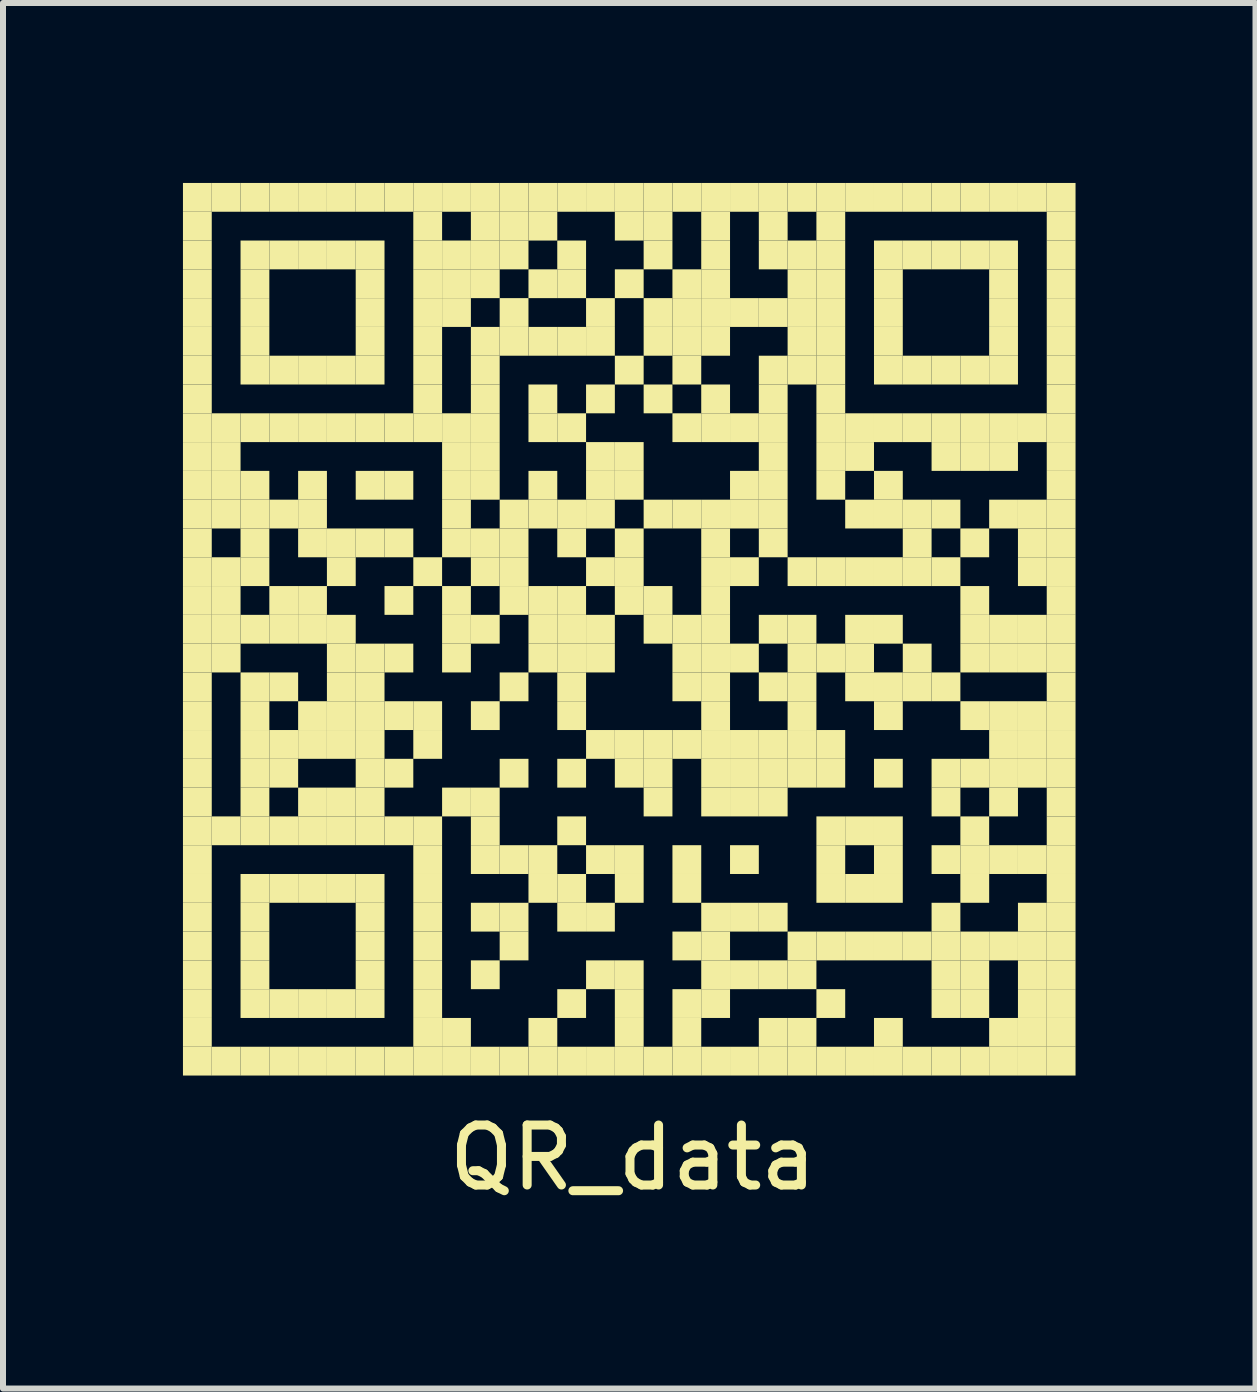
<source format=kicad_pcb>
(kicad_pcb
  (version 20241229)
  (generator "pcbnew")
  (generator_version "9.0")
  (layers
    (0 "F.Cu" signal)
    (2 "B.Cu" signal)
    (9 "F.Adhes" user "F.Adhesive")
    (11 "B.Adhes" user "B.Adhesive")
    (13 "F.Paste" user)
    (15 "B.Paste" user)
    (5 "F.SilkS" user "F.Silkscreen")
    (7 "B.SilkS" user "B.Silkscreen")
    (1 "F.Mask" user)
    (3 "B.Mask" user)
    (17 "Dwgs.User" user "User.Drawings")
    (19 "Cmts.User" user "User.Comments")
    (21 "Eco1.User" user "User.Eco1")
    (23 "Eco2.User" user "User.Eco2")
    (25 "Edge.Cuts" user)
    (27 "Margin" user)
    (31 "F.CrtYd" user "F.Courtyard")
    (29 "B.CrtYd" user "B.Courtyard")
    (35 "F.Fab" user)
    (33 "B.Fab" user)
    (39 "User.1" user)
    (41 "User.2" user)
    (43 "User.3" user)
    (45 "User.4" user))
  (footprint "QR_data"
    (layer "F.Cu")
    (at 7.5 7.5)
    (property "Reference" "QR_data" (at 0 8.75 0) (layer "F.SilkS") (effects (font (size 1 1) (thickness 0.15))))
    (attr exclude_from_pos_files exclude_from_bom)
    (fp_poly (pts (xy -7.5 -7.5) (xy -7.5 -7.02) (xy -7.02 -7.02) (xy -7.02 -7.5)) (stroke (width 0) (type solid)) (fill yes) (layer "F.SilkS"))
    (fp_poly (pts (xy -7.5 -7.02) (xy -7.5 -6.54) (xy -7.02 -6.54) (xy -7.02 -7.02)) (stroke (width 0) (type solid)) (fill yes) (layer "F.SilkS"))
    (fp_poly (pts (xy -7.5 -6.54) (xy -7.5 -6.06) (xy -7.02 -6.06) (xy -7.02 -6.54)) (stroke (width 0) (type solid)) (fill yes) (layer "F.SilkS"))
    (fp_poly (pts (xy -7.5 -6.06) (xy -7.5 -5.58) (xy -7.02 -5.58) (xy -7.02 -6.06)) (stroke (width 0) (type solid)) (fill yes) (layer "F.SilkS"))
    (fp_poly (pts (xy -7.5 -5.58) (xy -7.5 -5.1) (xy -7.02 -5.1) (xy -7.02 -5.58)) (stroke (width 0) (type solid)) (fill yes) (layer "F.SilkS"))
    (fp_poly (pts (xy -7.5 -5.1) (xy -7.5 -4.62) (xy -7.02 -4.62) (xy -7.02 -5.1)) (stroke (width 0) (type solid)) (fill yes) (layer "F.SilkS"))
    (fp_poly (pts (xy -7.5 -4.62) (xy -7.5 -4.14) (xy -7.02 -4.14) (xy -7.02 -4.62)) (stroke (width 0) (type solid)) (fill yes) (layer "F.SilkS"))
    (fp_poly (pts (xy -7.5 -4.14) (xy -7.5 -3.66) (xy -7.02 -3.66) (xy -7.02 -4.14)) (stroke (width 0) (type solid)) (fill yes) (layer "F.SilkS"))
    (fp_poly (pts (xy -7.5 -3.66) (xy -7.5 -3.18) (xy -7.02 -3.18) (xy -7.02 -3.66)) (stroke (width 0) (type solid)) (fill yes) (layer "F.SilkS"))
    (fp_poly (pts (xy -7.5 -3.18) (xy -7.5 -2.7) (xy -7.02 -2.7) (xy -7.02 -3.18)) (stroke (width 0) (type solid)) (fill yes) (layer "F.SilkS"))
    (fp_poly (pts (xy -7.5 -2.7) (xy -7.5 -2.22) (xy -7.02 -2.22) (xy -7.02 -2.7)) (stroke (width 0) (type solid)) (fill yes) (layer "F.SilkS"))
    (fp_poly (pts (xy -7.5 -2.22) (xy -7.5 -1.74) (xy -7.02 -1.74) (xy -7.02 -2.22)) (stroke (width 0) (type solid)) (fill yes) (layer "F.SilkS"))
    (fp_poly (pts (xy -7.5 -1.74) (xy -7.5 -1.26) (xy -7.02 -1.26) (xy -7.02 -1.74)) (stroke (width 0) (type solid)) (fill yes) (layer "F.SilkS"))
    (fp_poly (pts (xy -7.5 -1.26) (xy -7.5 -0.78) (xy -7.02 -0.78) (xy -7.02 -1.26)) (stroke (width 0) (type solid)) (fill yes) (layer "F.SilkS"))
    (fp_poly (pts (xy -7.5 -0.78) (xy -7.5 -0.3) (xy -7.02 -0.3) (xy -7.02 -0.78)) (stroke (width 0) (type solid)) (fill yes) (layer "F.SilkS"))
    (fp_poly (pts (xy -7.5 -0.3) (xy -7.5 0.18) (xy -7.02 0.18) (xy -7.02 -0.3)) (stroke (width 0) (type solid)) (fill yes) (layer "F.SilkS"))
    (fp_poly (pts (xy -7.5 0.18) (xy -7.5 0.66) (xy -7.02 0.66) (xy -7.02 0.18)) (stroke (width 0) (type solid)) (fill yes) (layer "F.SilkS"))
    (fp_poly (pts (xy -7.5 0.66) (xy -7.5 1.14) (xy -7.02 1.14) (xy -7.02 0.66)) (stroke (width 0) (type solid)) (fill yes) (layer "F.SilkS"))
    (fp_poly (pts (xy -7.5 1.14) (xy -7.5 1.62) (xy -7.02 1.62) (xy -7.02 1.14)) (stroke (width 0) (type solid)) (fill yes) (layer "F.SilkS"))
    (fp_poly (pts (xy -7.5 1.62) (xy -7.5 2.1) (xy -7.02 2.1) (xy -7.02 1.62)) (stroke (width 0) (type solid)) (fill yes) (layer "F.SilkS"))
    (fp_poly (pts (xy -7.5 2.1) (xy -7.5 2.58) (xy -7.02 2.58) (xy -7.02 2.1)) (stroke (width 0) (type solid)) (fill yes) (layer "F.SilkS"))
    (fp_poly (pts (xy -7.5 2.58) (xy -7.5 3.06) (xy -7.02 3.06) (xy -7.02 2.58)) (stroke (width 0) (type solid)) (fill yes) (layer "F.SilkS"))
    (fp_poly (pts (xy -7.5 3.06) (xy -7.5 3.54) (xy -7.02 3.54) (xy -7.02 3.06)) (stroke (width 0) (type solid)) (fill yes) (layer "F.SilkS"))
    (fp_poly (pts (xy -7.5 3.54) (xy -7.5 4.02) (xy -7.02 4.02) (xy -7.02 3.54)) (stroke (width 0) (type solid)) (fill yes) (layer "F.SilkS"))
    (fp_poly (pts (xy -7.5 4.02) (xy -7.5 4.5) (xy -7.02 4.5) (xy -7.02 4.02)) (stroke (width 0) (type solid)) (fill yes) (layer "F.SilkS"))
    (fp_poly (pts (xy -7.5 4.5) (xy -7.5 4.98) (xy -7.02 4.98) (xy -7.02 4.5)) (stroke (width 0) (type solid)) (fill yes) (layer "F.SilkS"))
    (fp_poly (pts (xy -7.5 4.98) (xy -7.5 5.46) (xy -7.02 5.46) (xy -7.02 4.98)) (stroke (width 0) (type solid)) (fill yes) (layer "F.SilkS"))
    (fp_poly (pts (xy -7.5 5.46) (xy -7.5 5.94) (xy -7.02 5.94) (xy -7.02 5.46)) (stroke (width 0) (type solid)) (fill yes) (layer "F.SilkS"))
    (fp_poly (pts (xy -7.5 5.94) (xy -7.5 6.42) (xy -7.02 6.42) (xy -7.02 5.94)) (stroke (width 0) (type solid)) (fill yes) (layer "F.SilkS"))
    (fp_poly (pts (xy -7.5 6.42) (xy -7.5 6.9) (xy -7.02 6.9) (xy -7.02 6.42)) (stroke (width 0) (type solid)) (fill yes) (layer "F.SilkS"))
    (fp_poly (pts (xy -7.5 6.9) (xy -7.5 7.38) (xy -7.02 7.38) (xy -7.02 6.9)) (stroke (width 0) (type solid)) (fill yes) (layer "F.SilkS"))
    (fp_poly (pts (xy -7.02 -7.5) (xy -7.02 -7.02) (xy -6.54 -7.02) (xy -6.54 -7.5)) (stroke (width 0) (type solid)) (fill yes) (layer "F.SilkS"))
    (fp_poly (pts (xy -7.02 -3.66) (xy -7.02 -3.18) (xy -6.54 -3.18) (xy -6.54 -3.66)) (stroke (width 0) (type solid)) (fill yes) (layer "F.SilkS"))
    (fp_poly (pts (xy -7.02 -3.18) (xy -7.02 -2.7) (xy -6.54 -2.7) (xy -6.54 -3.18)) (stroke (width 0) (type solid)) (fill yes) (layer "F.SilkS"))
    (fp_poly (pts (xy -7.02 -2.7) (xy -7.02 -2.22) (xy -6.54 -2.22) (xy -6.54 -2.7)) (stroke (width 0) (type solid)) (fill yes) (layer "F.SilkS"))
    (fp_poly (pts (xy -7.02 -2.22) (xy -7.02 -1.74) (xy -6.54 -1.74) (xy -6.54 -2.22)) (stroke (width 0) (type solid)) (fill yes) (layer "F.SilkS"))
    (fp_poly (pts (xy -7.02 -1.26) (xy -7.02 -0.78) (xy -6.54 -0.78) (xy -6.54 -1.26)) (stroke (width 0) (type solid)) (fill yes) (layer "F.SilkS"))
    (fp_poly (pts (xy -7.02 -0.78) (xy -7.02 -0.3) (xy -6.54 -0.3) (xy -6.54 -0.78)) (stroke (width 0) (type solid)) (fill yes) (layer "F.SilkS"))
    (fp_poly (pts (xy -7.02 -0.3) (xy -7.02 0.18) (xy -6.54 0.18) (xy -6.54 -0.3)) (stroke (width 0) (type solid)) (fill yes) (layer "F.SilkS"))
    (fp_poly (pts (xy -7.02 0.18) (xy -7.02 0.66) (xy -6.54 0.66) (xy -6.54 0.18)) (stroke (width 0) (type solid)) (fill yes) (layer "F.SilkS"))
    (fp_poly (pts (xy -7.02 3.06) (xy -7.02 3.54) (xy -6.54 3.54) (xy -6.54 3.06)) (stroke (width 0) (type solid)) (fill yes) (layer "F.SilkS"))
    (fp_poly (pts (xy -7.02 6.9) (xy -7.02 7.38) (xy -6.54 7.38) (xy -6.54 6.9)) (stroke (width 0) (type solid)) (fill yes) (layer "F.SilkS"))
    (fp_poly (pts (xy -6.54 -7.5) (xy -6.54 -7.02) (xy -6.06 -7.02) (xy -6.06 -7.5)) (stroke (width 0) (type solid)) (fill yes) (layer "F.SilkS"))
    (fp_poly (pts (xy -6.54 -6.54) (xy -6.54 -6.06) (xy -6.06 -6.06) (xy -6.06 -6.54)) (stroke (width 0) (type solid)) (fill yes) (layer "F.SilkS"))
    (fp_poly (pts (xy -6.54 -6.06) (xy -6.54 -5.58) (xy -6.06 -5.58) (xy -6.06 -6.06)) (stroke (width 0) (type solid)) (fill yes) (layer "F.SilkS"))
    (fp_poly (pts (xy -6.54 -5.58) (xy -6.54 -5.1) (xy -6.06 -5.1) (xy -6.06 -5.58)) (stroke (width 0) (type solid)) (fill yes) (layer "F.SilkS"))
    (fp_poly (pts (xy -6.54 -5.1) (xy -6.54 -4.62) (xy -6.06 -4.62) (xy -6.06 -5.1)) (stroke (width 0) (type solid)) (fill yes) (layer "F.SilkS"))
    (fp_poly (pts (xy -6.54 -4.62) (xy -6.54 -4.14) (xy -6.06 -4.14) (xy -6.06 -4.62)) (stroke (width 0) (type solid)) (fill yes) (layer "F.SilkS"))
    (fp_poly (pts (xy -6.54 -3.66) (xy -6.54 -3.18) (xy -6.06 -3.18) (xy -6.06 -3.66)) (stroke (width 0) (type solid)) (fill yes) (layer "F.SilkS"))
    (fp_poly (pts (xy -6.54 -2.7) (xy -6.54 -2.22) (xy -6.06 -2.22) (xy -6.06 -2.7)) (stroke (width 0) (type solid)) (fill yes) (layer "F.SilkS"))
    (fp_poly (pts (xy -6.54 -2.22) (xy -6.54 -1.74) (xy -6.06 -1.74) (xy -6.06 -2.22)) (stroke (width 0) (type solid)) (fill yes) (layer "F.SilkS"))
    (fp_poly (pts (xy -6.54 -1.74) (xy -6.54 -1.26) (xy -6.06 -1.26) (xy -6.06 -1.74)) (stroke (width 0) (type solid)) (fill yes) (layer "F.SilkS"))
    (fp_poly (pts (xy -6.54 -1.26) (xy -6.54 -0.78) (xy -6.06 -0.78) (xy -6.06 -1.26)) (stroke (width 0) (type solid)) (fill yes) (layer "F.SilkS"))
    (fp_poly (pts (xy -6.54 -0.3) (xy -6.54 0.18) (xy -6.06 0.18) (xy -6.06 -0.3)) (stroke (width 0) (type solid)) (fill yes) (layer "F.SilkS"))
    (fp_poly (pts (xy -6.54 0.66) (xy -6.54 1.14) (xy -6.06 1.14) (xy -6.06 0.66)) (stroke (width 0) (type solid)) (fill yes) (layer "F.SilkS"))
    (fp_poly (pts (xy -6.54 1.14) (xy -6.54 1.62) (xy -6.06 1.62) (xy -6.06 1.14)) (stroke (width 0) (type solid)) (fill yes) (layer "F.SilkS"))
    (fp_poly (pts (xy -6.54 1.62) (xy -6.54 2.1) (xy -6.06 2.1) (xy -6.06 1.62)) (stroke (width 0) (type solid)) (fill yes) (layer "F.SilkS"))
    (fp_poly (pts (xy -6.54 2.1) (xy -6.54 2.58) (xy -6.06 2.58) (xy -6.06 2.1)) (stroke (width 0) (type solid)) (fill yes) (layer "F.SilkS"))
    (fp_poly (pts (xy -6.54 2.58) (xy -6.54 3.06) (xy -6.06 3.06) (xy -6.06 2.58)) (stroke (width 0) (type solid)) (fill yes) (layer "F.SilkS"))
    (fp_poly (pts (xy -6.54 3.06) (xy -6.54 3.54) (xy -6.06 3.54) (xy -6.06 3.06)) (stroke (width 0) (type solid)) (fill yes) (layer "F.SilkS"))
    (fp_poly (pts (xy -6.54 4.02) (xy -6.54 4.5) (xy -6.06 4.5) (xy -6.06 4.02)) (stroke (width 0) (type solid)) (fill yes) (layer "F.SilkS"))
    (fp_poly (pts (xy -6.54 4.5) (xy -6.54 4.98) (xy -6.06 4.98) (xy -6.06 4.5)) (stroke (width 0) (type solid)) (fill yes) (layer "F.SilkS"))
    (fp_poly (pts (xy -6.54 4.98) (xy -6.54 5.46) (xy -6.06 5.46) (xy -6.06 4.98)) (stroke (width 0) (type solid)) (fill yes) (layer "F.SilkS"))
    (fp_poly (pts (xy -6.54 5.46) (xy -6.54 5.94) (xy -6.06 5.94) (xy -6.06 5.46)) (stroke (width 0) (type solid)) (fill yes) (layer "F.SilkS"))
    (fp_poly (pts (xy -6.54 5.94) (xy -6.54 6.42) (xy -6.06 6.42) (xy -6.06 5.94)) (stroke (width 0) (type solid)) (fill yes) (layer "F.SilkS"))
    (fp_poly (pts (xy -6.54 6.9) (xy -6.54 7.38) (xy -6.06 7.38) (xy -6.06 6.9)) (stroke (width 0) (type solid)) (fill yes) (layer "F.SilkS"))
    (fp_poly (pts (xy -6.06 -7.5) (xy -6.06 -7.02) (xy -5.58 -7.02) (xy -5.58 -7.5)) (stroke (width 0) (type solid)) (fill yes) (layer "F.SilkS"))
    (fp_poly (pts (xy -6.06 -6.54) (xy -6.06 -6.06) (xy -5.58 -6.06) (xy -5.58 -6.54)) (stroke (width 0) (type solid)) (fill yes) (layer "F.SilkS"))
    (fp_poly (pts (xy -6.06 -4.62) (xy -6.06 -4.14) (xy -5.58 -4.14) (xy -5.58 -4.62)) (stroke (width 0) (type solid)) (fill yes) (layer "F.SilkS"))
    (fp_poly (pts (xy -6.06 -3.66) (xy -6.06 -3.18) (xy -5.58 -3.18) (xy -5.58 -3.66)) (stroke (width 0) (type solid)) (fill yes) (layer "F.SilkS"))
    (fp_poly (pts (xy -6.06 -2.22) (xy -6.06 -1.74) (xy -5.58 -1.74) (xy -5.58 -2.22)) (stroke (width 0) (type solid)) (fill yes) (layer "F.SilkS"))
    (fp_poly (pts (xy -6.06 -0.78) (xy -6.06 -0.3) (xy -5.58 -0.3) (xy -5.58 -0.78)) (stroke (width 0) (type solid)) (fill yes) (layer "F.SilkS"))
    (fp_poly (pts (xy -6.06 -0.3) (xy -6.06 0.18) (xy -5.58 0.18) (xy -5.58 -0.3)) (stroke (width 0) (type solid)) (fill yes) (layer "F.SilkS"))
    (fp_poly (pts (xy -6.06 0.66) (xy -6.06 1.14) (xy -5.58 1.14) (xy -5.58 0.66)) (stroke (width 0) (type solid)) (fill yes) (layer "F.SilkS"))
    (fp_poly (pts (xy -6.06 1.62) (xy -6.06 2.1) (xy -5.58 2.1) (xy -5.58 1.62)) (stroke (width 0) (type solid)) (fill yes) (layer "F.SilkS"))
    (fp_poly (pts (xy -6.06 2.1) (xy -6.06 2.58) (xy -5.58 2.58) (xy -5.58 2.1)) (stroke (width 0) (type solid)) (fill yes) (layer "F.SilkS"))
    (fp_poly (pts (xy -6.06 3.06) (xy -6.06 3.54) (xy -5.58 3.54) (xy -5.58 3.06)) (stroke (width 0) (type solid)) (fill yes) (layer "F.SilkS"))
    (fp_poly (pts (xy -6.06 4.02) (xy -6.06 4.5) (xy -5.58 4.5) (xy -5.58 4.02)) (stroke (width 0) (type solid)) (fill yes) (layer "F.SilkS"))
    (fp_poly (pts (xy -6.06 5.94) (xy -6.06 6.42) (xy -5.58 6.42) (xy -5.58 5.94)) (stroke (width 0) (type solid)) (fill yes) (layer "F.SilkS"))
    (fp_poly (pts (xy -6.06 6.9) (xy -6.06 7.38) (xy -5.58 7.38) (xy -5.58 6.9)) (stroke (width 0) (type solid)) (fill yes) (layer "F.SilkS"))
    (fp_poly (pts (xy -5.58 -7.5) (xy -5.58 -7.02) (xy -5.1 -7.02) (xy -5.1 -7.5)) (stroke (width 0) (type solid)) (fill yes) (layer "F.SilkS"))
    (fp_poly (pts (xy -5.58 -6.54) (xy -5.58 -6.06) (xy -5.1 -6.06) (xy -5.1 -6.54)) (stroke (width 0) (type solid)) (fill yes) (layer "F.SilkS"))
    (fp_poly (pts (xy -5.58 -4.62) (xy -5.58 -4.14) (xy -5.1 -4.14) (xy -5.1 -4.62)) (stroke (width 0) (type solid)) (fill yes) (layer "F.SilkS"))
    (fp_poly (pts (xy -5.58 -3.66) (xy -5.58 -3.18) (xy -5.1 -3.18) (xy -5.1 -3.66)) (stroke (width 0) (type solid)) (fill yes) (layer "F.SilkS"))
    (fp_poly (pts (xy -5.58 -2.7) (xy -5.58 -2.22) (xy -5.1 -2.22) (xy -5.1 -2.7)) (stroke (width 0) (type solid)) (fill yes) (layer "F.SilkS"))
    (fp_poly (pts (xy -5.58 -2.22) (xy -5.58 -1.74) (xy -5.1 -1.74) (xy -5.1 -2.22)) (stroke (width 0) (type solid)) (fill yes) (layer "F.SilkS"))
    (fp_poly (pts (xy -5.58 -1.74) (xy -5.58 -1.26) (xy -5.1 -1.26) (xy -5.1 -1.74)) (stroke (width 0) (type solid)) (fill yes) (layer "F.SilkS"))
    (fp_poly (pts (xy -5.58 -0.78) (xy -5.58 -0.3) (xy -5.1 -0.3) (xy -5.1 -0.78)) (stroke (width 0) (type solid)) (fill yes) (layer "F.SilkS"))
    (fp_poly (pts (xy -5.58 -0.3) (xy -5.58 0.18) (xy -5.1 0.18) (xy -5.1 -0.3)) (stroke (width 0) (type solid)) (fill yes) (layer "F.SilkS"))
    (fp_poly (pts (xy -5.58 1.14) (xy -5.58 1.62) (xy -5.1 1.62) (xy -5.1 1.14)) (stroke (width 0) (type solid)) (fill yes) (layer "F.SilkS"))
    (fp_poly (pts (xy -5.58 1.62) (xy -5.58 2.1) (xy -5.1 2.1) (xy -5.1 1.62)) (stroke (width 0) (type solid)) (fill yes) (layer "F.SilkS"))
    (fp_poly (pts (xy -5.58 2.58) (xy -5.58 3.06) (xy -5.1 3.06) (xy -5.1 2.58)) (stroke (width 0) (type solid)) (fill yes) (layer "F.SilkS"))
    (fp_poly (pts (xy -5.58 3.06) (xy -5.58 3.54) (xy -5.1 3.54) (xy -5.1 3.06)) (stroke (width 0) (type solid)) (fill yes) (layer "F.SilkS"))
    (fp_poly (pts (xy -5.58 4.02) (xy -5.58 4.5) (xy -5.1 4.5) (xy -5.1 4.02)) (stroke (width 0) (type solid)) (fill yes) (layer "F.SilkS"))
    (fp_poly (pts (xy -5.58 5.94) (xy -5.58 6.42) (xy -5.1 6.42) (xy -5.1 5.94)) (stroke (width 0) (type solid)) (fill yes) (layer "F.SilkS"))
    (fp_poly (pts (xy -5.58 6.9) (xy -5.58 7.38) (xy -5.1 7.38) (xy -5.1 6.9)) (stroke (width 0) (type solid)) (fill yes) (layer "F.SilkS"))
    (fp_poly (pts (xy -5.1 -7.5) (xy -5.1 -7.02) (xy -4.62 -7.02) (xy -4.62 -7.5)) (stroke (width 0) (type solid)) (fill yes) (layer "F.SilkS"))
    (fp_poly (pts (xy -5.1 -6.54) (xy -5.1 -6.06) (xy -4.62 -6.06) (xy -4.62 -6.54)) (stroke (width 0) (type solid)) (fill yes) (layer "F.SilkS"))
    (fp_poly (pts (xy -5.1 -4.62) (xy -5.1 -4.14) (xy -4.62 -4.14) (xy -4.62 -4.62)) (stroke (width 0) (type solid)) (fill yes) (layer "F.SilkS"))
    (fp_poly (pts (xy -5.1 -3.66) (xy -5.1 -3.18) (xy -4.62 -3.18) (xy -4.62 -3.66)) (stroke (width 0) (type solid)) (fill yes) (layer "F.SilkS"))
    (fp_poly (pts (xy -5.1 -1.74) (xy -5.1 -1.26) (xy -4.62 -1.26) (xy -4.62 -1.74)) (stroke (width 0) (type solid)) (fill yes) (layer "F.SilkS"))
    (fp_poly (pts (xy -5.1 -1.26) (xy -5.1 -0.78) (xy -4.62 -0.78) (xy -4.62 -1.26)) (stroke (width 0) (type solid)) (fill yes) (layer "F.SilkS"))
    (fp_poly (pts (xy -5.1 -0.3) (xy -5.1 0.18) (xy -4.62 0.18) (xy -4.62 -0.3)) (stroke (width 0) (type solid)) (fill yes) (layer "F.SilkS"))
    (fp_poly (pts (xy -5.1 0.18) (xy -5.1 0.66) (xy -4.62 0.66) (xy -4.62 0.18)) (stroke (width 0) (type solid)) (fill yes) (layer "F.SilkS"))
    (fp_poly (pts (xy -5.1 0.66) (xy -5.1 1.14) (xy -4.62 1.14) (xy -4.62 0.66)) (stroke (width 0) (type solid)) (fill yes) (layer "F.SilkS"))
    (fp_poly (pts (xy -5.1 1.14) (xy -5.1 1.62) (xy -4.62 1.62) (xy -4.62 1.14)) (stroke (width 0) (type solid)) (fill yes) (layer "F.SilkS"))
    (fp_poly (pts (xy -5.1 1.62) (xy -5.1 2.1) (xy -4.62 2.1) (xy -4.62 1.62)) (stroke (width 0) (type solid)) (fill yes) (layer "F.SilkS"))
    (fp_poly (pts (xy -5.1 2.58) (xy -5.1 3.06) (xy -4.62 3.06) (xy -4.62 2.58)) (stroke (width 0) (type solid)) (fill yes) (layer "F.SilkS"))
    (fp_poly (pts (xy -5.1 3.06) (xy -5.1 3.54) (xy -4.62 3.54) (xy -4.62 3.06)) (stroke (width 0) (type solid)) (fill yes) (layer "F.SilkS"))
    (fp_poly (pts (xy -5.1 4.02) (xy -5.1 4.5) (xy -4.62 4.5) (xy -4.62 4.02)) (stroke (width 0) (type solid)) (fill yes) (layer "F.SilkS"))
    (fp_poly (pts (xy -5.1 5.94) (xy -5.1 6.42) (xy -4.62 6.42) (xy -4.62 5.94)) (stroke (width 0) (type solid)) (fill yes) (layer "F.SilkS"))
    (fp_poly (pts (xy -5.1 6.9) (xy -5.1 7.38) (xy -4.62 7.38) (xy -4.62 6.9)) (stroke (width 0) (type solid)) (fill yes) (layer "F.SilkS"))
    (fp_poly (pts (xy -4.62 -7.5) (xy -4.62 -7.02) (xy -4.14 -7.02) (xy -4.14 -7.5)) (stroke (width 0) (type solid)) (fill yes) (layer "F.SilkS"))
    (fp_poly (pts (xy -4.62 -6.54) (xy -4.62 -6.06) (xy -4.14 -6.06) (xy -4.14 -6.54)) (stroke (width 0) (type solid)) (fill yes) (layer "F.SilkS"))
    (fp_poly (pts (xy -4.62 -6.06) (xy -4.62 -5.58) (xy -4.14 -5.58) (xy -4.14 -6.06)) (stroke (width 0) (type solid)) (fill yes) (layer "F.SilkS"))
    (fp_poly (pts (xy -4.62 -5.58) (xy -4.62 -5.1) (xy -4.14 -5.1) (xy -4.14 -5.58)) (stroke (width 0) (type solid)) (fill yes) (layer "F.SilkS"))
    (fp_poly (pts (xy -4.62 -5.1) (xy -4.62 -4.62) (xy -4.14 -4.62) (xy -4.14 -5.1)) (stroke (width 0) (type solid)) (fill yes) (layer "F.SilkS"))
    (fp_poly (pts (xy -4.62 -4.62) (xy -4.62 -4.14) (xy -4.14 -4.14) (xy -4.14 -4.62)) (stroke (width 0) (type solid)) (fill yes) (layer "F.SilkS"))
    (fp_poly (pts (xy -4.62 -3.66) (xy -4.62 -3.18) (xy -4.14 -3.18) (xy -4.14 -3.66)) (stroke (width 0) (type solid)) (fill yes) (layer "F.SilkS"))
    (fp_poly (pts (xy -4.62 -2.7) (xy -4.62 -2.22) (xy -4.14 -2.22) (xy -4.14 -2.7)) (stroke (width 0) (type solid)) (fill yes) (layer "F.SilkS"))
    (fp_poly (pts (xy -4.62 -1.74) (xy -4.62 -1.26) (xy -4.14 -1.26) (xy -4.14 -1.74)) (stroke (width 0) (type solid)) (fill yes) (layer "F.SilkS"))
    (fp_poly (pts (xy -4.62 0.18) (xy -4.62 0.66) (xy -4.14 0.66) (xy -4.14 0.18)) (stroke (width 0) (type solid)) (fill yes) (layer "F.SilkS"))
    (fp_poly (pts (xy -4.62 0.66) (xy -4.62 1.14) (xy -4.14 1.14) (xy -4.14 0.66)) (stroke (width 0) (type solid)) (fill yes) (layer "F.SilkS"))
    (fp_poly (pts (xy -4.62 1.14) (xy -4.62 1.62) (xy -4.14 1.62) (xy -4.14 1.14)) (stroke (width 0) (type solid)) (fill yes) (layer "F.SilkS"))
    (fp_poly (pts (xy -4.62 1.62) (xy -4.62 2.1) (xy -4.14 2.1) (xy -4.14 1.62)) (stroke (width 0) (type solid)) (fill yes) (layer "F.SilkS"))
    (fp_poly (pts (xy -4.62 2.1) (xy -4.62 2.58) (xy -4.14 2.58) (xy -4.14 2.1)) (stroke (width 0) (type solid)) (fill yes) (layer "F.SilkS"))
    (fp_poly (pts (xy -4.62 2.58) (xy -4.62 3.06) (xy -4.14 3.06) (xy -4.14 2.58)) (stroke (width 0) (type solid)) (fill yes) (layer "F.SilkS"))
    (fp_poly (pts (xy -4.62 3.06) (xy -4.62 3.54) (xy -4.14 3.54) (xy -4.14 3.06)) (stroke (width 0) (type solid)) (fill yes) (layer "F.SilkS"))
    (fp_poly (pts (xy -4.62 4.02) (xy -4.62 4.5) (xy -4.14 4.5) (xy -4.14 4.02)) (stroke (width 0) (type solid)) (fill yes) (layer "F.SilkS"))
    (fp_poly (pts (xy -4.62 4.5) (xy -4.62 4.98) (xy -4.14 4.98) (xy -4.14 4.5)) (stroke (width 0) (type solid)) (fill yes) (layer "F.SilkS"))
    (fp_poly (pts (xy -4.62 4.98) (xy -4.62 5.46) (xy -4.14 5.46) (xy -4.14 4.98)) (stroke (width 0) (type solid)) (fill yes) (layer "F.SilkS"))
    (fp_poly (pts (xy -4.62 5.46) (xy -4.62 5.94) (xy -4.14 5.94) (xy -4.14 5.46)) (stroke (width 0) (type solid)) (fill yes) (layer "F.SilkS"))
    (fp_poly (pts (xy -4.62 5.94) (xy -4.62 6.42) (xy -4.14 6.42) (xy -4.14 5.94)) (stroke (width 0) (type solid)) (fill yes) (layer "F.SilkS"))
    (fp_poly (pts (xy -4.62 6.9) (xy -4.62 7.38) (xy -4.14 7.38) (xy -4.14 6.9)) (stroke (width 0) (type solid)) (fill yes) (layer "F.SilkS"))
    (fp_poly (pts (xy -4.14 -7.5) (xy -4.14 -7.02) (xy -3.66 -7.02) (xy -3.66 -7.5)) (stroke (width 0) (type solid)) (fill yes) (layer "F.SilkS"))
    (fp_poly (pts (xy -4.14 -3.66) (xy -4.14 -3.18) (xy -3.66 -3.18) (xy -3.66 -3.66)) (stroke (width 0) (type solid)) (fill yes) (layer "F.SilkS"))
    (fp_poly (pts (xy -4.14 -2.7) (xy -4.14 -2.22) (xy -3.66 -2.22) (xy -3.66 -2.7)) (stroke (width 0) (type solid)) (fill yes) (layer "F.SilkS"))
    (fp_poly (pts (xy -4.14 -1.74) (xy -4.14 -1.26) (xy -3.66 -1.26) (xy -3.66 -1.74)) (stroke (width 0) (type solid)) (fill yes) (layer "F.SilkS"))
    (fp_poly (pts (xy -4.14 -0.78) (xy -4.14 -0.3) (xy -3.66 -0.3) (xy -3.66 -0.78)) (stroke (width 0) (type solid)) (fill yes) (layer "F.SilkS"))
    (fp_poly (pts (xy -4.14 0.18) (xy -4.14 0.66) (xy -3.66 0.66) (xy -3.66 0.18)) (stroke (width 0) (type solid)) (fill yes) (layer "F.SilkS"))
    (fp_poly (pts (xy -4.14 1.14) (xy -4.14 1.62) (xy -3.66 1.62) (xy -3.66 1.14)) (stroke (width 0) (type solid)) (fill yes) (layer "F.SilkS"))
    (fp_poly (pts (xy -4.14 2.1) (xy -4.14 2.58) (xy -3.66 2.58) (xy -3.66 2.1)) (stroke (width 0) (type solid)) (fill yes) (layer "F.SilkS"))
    (fp_poly (pts (xy -4.14 3.06) (xy -4.14 3.54) (xy -3.66 3.54) (xy -3.66 3.06)) (stroke (width 0) (type solid)) (fill yes) (layer "F.SilkS"))
    (fp_poly (pts (xy -4.14 6.9) (xy -4.14 7.38) (xy -3.66 7.38) (xy -3.66 6.9)) (stroke (width 0) (type solid)) (fill yes) (layer "F.SilkS"))
    (fp_poly (pts (xy -3.66 -7.5) (xy -3.66 -7.02) (xy -3.18 -7.02) (xy -3.18 -7.5)) (stroke (width 0) (type solid)) (fill yes) (layer "F.SilkS"))
    (fp_poly (pts (xy -3.66 -7.02) (xy -3.66 -6.54) (xy -3.18 -6.54) (xy -3.18 -7.02)) (stroke (width 0) (type solid)) (fill yes) (layer "F.SilkS"))
    (fp_poly (pts (xy -3.66 -6.54) (xy -3.66 -6.06) (xy -3.18 -6.06) (xy -3.18 -6.54)) (stroke (width 0) (type solid)) (fill yes) (layer "F.SilkS"))
    (fp_poly (pts (xy -3.66 -6.06) (xy -3.66 -5.58) (xy -3.18 -5.58) (xy -3.18 -6.06)) (stroke (width 0) (type solid)) (fill yes) (layer "F.SilkS"))
    (fp_poly (pts (xy -3.66 -5.58) (xy -3.66 -5.1) (xy -3.18 -5.1) (xy -3.18 -5.58)) (stroke (width 0) (type solid)) (fill yes) (layer "F.SilkS"))
    (fp_poly (pts (xy -3.66 -5.1) (xy -3.66 -4.62) (xy -3.18 -4.62) (xy -3.18 -5.1)) (stroke (width 0) (type solid)) (fill yes) (layer "F.SilkS"))
    (fp_poly (pts (xy -3.66 -4.62) (xy -3.66 -4.14) (xy -3.18 -4.14) (xy -3.18 -4.62)) (stroke (width 0) (type solid)) (fill yes) (layer "F.SilkS"))
    (fp_poly (pts (xy -3.66 -4.14) (xy -3.66 -3.66) (xy -3.18 -3.66) (xy -3.18 -4.14)) (stroke (width 0) (type solid)) (fill yes) (layer "F.SilkS"))
    (fp_poly (pts (xy -3.66 -3.66) (xy -3.66 -3.18) (xy -3.18 -3.18) (xy -3.18 -3.66)) (stroke (width 0) (type solid)) (fill yes) (layer "F.SilkS"))
    (fp_poly (pts (xy -3.66 -1.26) (xy -3.66 -0.78) (xy -3.18 -0.78) (xy -3.18 -1.26)) (stroke (width 0) (type solid)) (fill yes) (layer "F.SilkS"))
    (fp_poly (pts (xy -3.66 1.14) (xy -3.66 1.62) (xy -3.18 1.62) (xy -3.18 1.14)) (stroke (width 0) (type solid)) (fill yes) (layer "F.SilkS"))
    (fp_poly (pts (xy -3.66 1.62) (xy -3.66 2.1) (xy -3.18 2.1) (xy -3.18 1.62)) (stroke (width 0) (type solid)) (fill yes) (layer "F.SilkS"))
    (fp_poly (pts (xy -3.66 3.06) (xy -3.66 3.54) (xy -3.18 3.54) (xy -3.18 3.06)) (stroke (width 0) (type solid)) (fill yes) (layer "F.SilkS"))
    (fp_poly (pts (xy -3.66 3.54) (xy -3.66 4.02) (xy -3.18 4.02) (xy -3.18 3.54)) (stroke (width 0) (type solid)) (fill yes) (layer "F.SilkS"))
    (fp_poly (pts (xy -3.66 4.02) (xy -3.66 4.5) (xy -3.18 4.5) (xy -3.18 4.02)) (stroke (width 0) (type solid)) (fill yes) (layer "F.SilkS"))
    (fp_poly (pts (xy -3.66 4.5) (xy -3.66 4.98) (xy -3.18 4.98) (xy -3.18 4.5)) (stroke (width 0) (type solid)) (fill yes) (layer "F.SilkS"))
    (fp_poly (pts (xy -3.66 4.98) (xy -3.66 5.46) (xy -3.18 5.46) (xy -3.18 4.98)) (stroke (width 0) (type solid)) (fill yes) (layer "F.SilkS"))
    (fp_poly (pts (xy -3.66 5.46) (xy -3.66 5.94) (xy -3.18 5.94) (xy -3.18 5.46)) (stroke (width 0) (type solid)) (fill yes) (layer "F.SilkS"))
    (fp_poly (pts (xy -3.66 5.94) (xy -3.66 6.42) (xy -3.18 6.42) (xy -3.18 5.94)) (stroke (width 0) (type solid)) (fill yes) (layer "F.SilkS"))
    (fp_poly (pts (xy -3.66 6.42) (xy -3.66 6.9) (xy -3.18 6.9) (xy -3.18 6.42)) (stroke (width 0) (type solid)) (fill yes) (layer "F.SilkS"))
    (fp_poly (pts (xy -3.66 6.9) (xy -3.66 7.38) (xy -3.18 7.38) (xy -3.18 6.9)) (stroke (width 0) (type solid)) (fill yes) (layer "F.SilkS"))
    (fp_poly (pts (xy -3.18 -7.5) (xy -3.18 -7.02) (xy -2.7 -7.02) (xy -2.7 -7.5)) (stroke (width 0) (type solid)) (fill yes) (layer "F.SilkS"))
    (fp_poly (pts (xy -3.18 -6.54) (xy -3.18 -6.06) (xy -2.7 -6.06) (xy -2.7 -6.54)) (stroke (width 0) (type solid)) (fill yes) (layer "F.SilkS"))
    (fp_poly (pts (xy -3.18 -6.06) (xy -3.18 -5.58) (xy -2.7 -5.58) (xy -2.7 -6.06)) (stroke (width 0) (type solid)) (fill yes) (layer "F.SilkS"))
    (fp_poly (pts (xy -3.18 -5.58) (xy -3.18 -5.1) (xy -2.7 -5.1) (xy -2.7 -5.58)) (stroke (width 0) (type solid)) (fill yes) (layer "F.SilkS"))
    (fp_poly (pts (xy -3.18 -3.66) (xy -3.18 -3.18) (xy -2.7 -3.18) (xy -2.7 -3.66)) (stroke (width 0) (type solid)) (fill yes) (layer "F.SilkS"))
    (fp_poly (pts (xy -3.18 -3.18) (xy -3.18 -2.7) (xy -2.7 -2.7) (xy -2.7 -3.18)) (stroke (width 0) (type solid)) (fill yes) (layer "F.SilkS"))
    (fp_poly (pts (xy -3.18 -2.7) (xy -3.18 -2.22) (xy -2.7 -2.22) (xy -2.7 -2.7)) (stroke (width 0) (type solid)) (fill yes) (layer "F.SilkS"))
    (fp_poly (pts (xy -3.18 -2.22) (xy -3.18 -1.74) (xy -2.7 -1.74) (xy -2.7 -2.22)) (stroke (width 0) (type solid)) (fill yes) (layer "F.SilkS"))
    (fp_poly (pts (xy -3.18 -1.74) (xy -3.18 -1.26) (xy -2.7 -1.26) (xy -2.7 -1.74)) (stroke (width 0) (type solid)) (fill yes) (layer "F.SilkS"))
    (fp_poly (pts (xy -3.18 -0.78) (xy -3.18 -0.3) (xy -2.7 -0.3) (xy -2.7 -0.78)) (stroke (width 0) (type solid)) (fill yes) (layer "F.SilkS"))
    (fp_poly (pts (xy -3.18 -0.3) (xy -3.18 0.18) (xy -2.7 0.18) (xy -2.7 -0.3)) (stroke (width 0) (type solid)) (fill yes) (layer "F.SilkS"))
    (fp_poly (pts (xy -3.18 0.18) (xy -3.18 0.66) (xy -2.7 0.66) (xy -2.7 0.18)) (stroke (width 0) (type solid)) (fill yes) (layer "F.SilkS"))
    (fp_poly (pts (xy -3.18 2.58) (xy -3.18 3.06) (xy -2.7 3.06) (xy -2.7 2.58)) (stroke (width 0) (type solid)) (fill yes) (layer "F.SilkS"))
    (fp_poly (pts (xy -3.18 6.42) (xy -3.18 6.9) (xy -2.7 6.9) (xy -2.7 6.42)) (stroke (width 0) (type solid)) (fill yes) (layer "F.SilkS"))
    (fp_poly (pts (xy -3.18 6.9) (xy -3.18 7.38) (xy -2.7 7.38) (xy -2.7 6.9)) (stroke (width 0) (type solid)) (fill yes) (layer "F.SilkS"))
    (fp_poly (pts (xy -2.7 -7.5) (xy -2.7 -7.02) (xy -2.22 -7.02) (xy -2.22 -7.5)) (stroke (width 0) (type solid)) (fill yes) (layer "F.SilkS"))
    (fp_poly (pts (xy -2.7 -7.02) (xy -2.7 -6.54) (xy -2.22 -6.54) (xy -2.22 -7.02)) (stroke (width 0) (type solid)) (fill yes) (layer "F.SilkS"))
    (fp_poly (pts (xy -2.7 -6.54) (xy -2.7 -6.06) (xy -2.22 -6.06) (xy -2.22 -6.54)) (stroke (width 0) (type solid)) (fill yes) (layer "F.SilkS"))
    (fp_poly (pts (xy -2.7 -6.06) (xy -2.7 -5.58) (xy -2.22 -5.58) (xy -2.22 -6.06)) (stroke (width 0) (type solid)) (fill yes) (layer "F.SilkS"))
    (fp_poly (pts (xy -2.7 -5.1) (xy -2.7 -4.62) (xy -2.22 -4.62) (xy -2.22 -5.1)) (stroke (width 0) (type solid)) (fill yes) (layer "F.SilkS"))
    (fp_poly (pts (xy -2.7 -4.62) (xy -2.7 -4.14) (xy -2.22 -4.14) (xy -2.22 -4.62)) (stroke (width 0) (type solid)) (fill yes) (layer "F.SilkS"))
    (fp_poly (pts (xy -2.7 -4.14) (xy -2.7 -3.66) (xy -2.22 -3.66) (xy -2.22 -4.14)) (stroke (width 0) (type solid)) (fill yes) (layer "F.SilkS"))
    (fp_poly (pts (xy -2.7 -3.66) (xy -2.7 -3.18) (xy -2.22 -3.18) (xy -2.22 -3.66)) (stroke (width 0) (type solid)) (fill yes) (layer "F.SilkS"))
    (fp_poly (pts (xy -2.7 -3.18) (xy -2.7 -2.7) (xy -2.22 -2.7) (xy -2.22 -3.18)) (stroke (width 0) (type solid)) (fill yes) (layer "F.SilkS"))
    (fp_poly (pts (xy -2.7 -2.7) (xy -2.7 -2.22) (xy -2.22 -2.22) (xy -2.22 -2.7)) (stroke (width 0) (type solid)) (fill yes) (layer "F.SilkS"))
    (fp_poly (pts (xy -2.7 -1.74) (xy -2.7 -1.26) (xy -2.22 -1.26) (xy -2.22 -1.74)) (stroke (width 0) (type solid)) (fill yes) (layer "F.SilkS"))
    (fp_poly (pts (xy -2.7 -1.26) (xy -2.7 -0.78) (xy -2.22 -0.78) (xy -2.22 -1.26)) (stroke (width 0) (type solid)) (fill yes) (layer "F.SilkS"))
    (fp_poly (pts (xy -2.7 -0.3) (xy -2.7 0.18) (xy -2.22 0.18) (xy -2.22 -0.3)) (stroke (width 0) (type solid)) (fill yes) (layer "F.SilkS"))
    (fp_poly (pts (xy -2.7 1.14) (xy -2.7 1.62) (xy -2.22 1.62) (xy -2.22 1.14)) (stroke (width 0) (type solid)) (fill yes) (layer "F.SilkS"))
    (fp_poly (pts (xy -2.7 2.58) (xy -2.7 3.06) (xy -2.22 3.06) (xy -2.22 2.58)) (stroke (width 0) (type solid)) (fill yes) (layer "F.SilkS"))
    (fp_poly (pts (xy -2.7 3.06) (xy -2.7 3.54) (xy -2.22 3.54) (xy -2.22 3.06)) (stroke (width 0) (type solid)) (fill yes) (layer "F.SilkS"))
    (fp_poly (pts (xy -2.7 3.54) (xy -2.7 4.02) (xy -2.22 4.02) (xy -2.22 3.54)) (stroke (width 0) (type solid)) (fill yes) (layer "F.SilkS"))
    (fp_poly (pts (xy -2.7 4.5) (xy -2.7 4.98) (xy -2.22 4.98) (xy -2.22 4.5)) (stroke (width 0) (type solid)) (fill yes) (layer "F.SilkS"))
    (fp_poly (pts (xy -2.7 5.46) (xy -2.7 5.94) (xy -2.22 5.94) (xy -2.22 5.46)) (stroke (width 0) (type solid)) (fill yes) (layer "F.SilkS"))
    (fp_poly (pts (xy -2.7 6.9) (xy -2.7 7.38) (xy -2.22 7.38) (xy -2.22 6.9)) (stroke (width 0) (type solid)) (fill yes) (layer "F.SilkS"))
    (fp_poly (pts (xy -2.22 -7.5) (xy -2.22 -7.02) (xy -1.74 -7.02) (xy -1.74 -7.5)) (stroke (width 0) (type solid)) (fill yes) (layer "F.SilkS"))
    (fp_poly (pts (xy -2.22 -7.02) (xy -2.22 -6.54) (xy -1.74 -6.54) (xy -1.74 -7.02)) (stroke (width 0) (type solid)) (fill yes) (layer "F.SilkS"))
    (fp_poly (pts (xy -2.22 -6.54) (xy -2.22 -6.06) (xy -1.74 -6.06) (xy -1.74 -6.54)) (stroke (width 0) (type solid)) (fill yes) (layer "F.SilkS"))
    (fp_poly (pts (xy -2.22 -5.58) (xy -2.22 -5.1) (xy -1.74 -5.1) (xy -1.74 -5.58)) (stroke (width 0) (type solid)) (fill yes) (layer "F.SilkS"))
    (fp_poly (pts (xy -2.22 -5.1) (xy -2.22 -4.62) (xy -1.74 -4.62) (xy -1.74 -5.1)) (stroke (width 0) (type solid)) (fill yes) (layer "F.SilkS"))
    (fp_poly (pts (xy -2.22 -2.22) (xy -2.22 -1.74) (xy -1.74 -1.74) (xy -1.74 -2.22)) (stroke (width 0) (type solid)) (fill yes) (layer "F.SilkS"))
    (fp_poly (pts (xy -2.22 -1.74) (xy -2.22 -1.26) (xy -1.74 -1.26) (xy -1.74 -1.74)) (stroke (width 0) (type solid)) (fill yes) (layer "F.SilkS"))
    (fp_poly (pts (xy -2.22 -1.26) (xy -2.22 -0.78) (xy -1.74 -0.78) (xy -1.74 -1.26)) (stroke (width 0) (type solid)) (fill yes) (layer "F.SilkS"))
    (fp_poly (pts (xy -2.22 -0.78) (xy -2.22 -0.3) (xy -1.74 -0.3) (xy -1.74 -0.78)) (stroke (width 0) (type solid)) (fill yes) (layer "F.SilkS"))
    (fp_poly (pts (xy -2.22 0.66) (xy -2.22 1.14) (xy -1.74 1.14) (xy -1.74 0.66)) (stroke (width 0) (type solid)) (fill yes) (layer "F.SilkS"))
    (fp_poly (pts (xy -2.22 2.1) (xy -2.22 2.58) (xy -1.74 2.58) (xy -1.74 2.1)) (stroke (width 0) (type solid)) (fill yes) (layer "F.SilkS"))
    (fp_poly (pts (xy -2.22 3.54) (xy -2.22 4.02) (xy -1.74 4.02) (xy -1.74 3.54)) (stroke (width 0) (type solid)) (fill yes) (layer "F.SilkS"))
    (fp_poly (pts (xy -2.22 4.5) (xy -2.22 4.98) (xy -1.74 4.98) (xy -1.74 4.5)) (stroke (width 0) (type solid)) (fill yes) (layer "F.SilkS"))
    (fp_poly (pts (xy -2.22 4.98) (xy -2.22 5.46) (xy -1.74 5.46) (xy -1.74 4.98)) (stroke (width 0) (type solid)) (fill yes) (layer "F.SilkS"))
    (fp_poly (pts (xy -2.22 6.9) (xy -2.22 7.38) (xy -1.74 7.38) (xy -1.74 6.9)) (stroke (width 0) (type solid)) (fill yes) (layer "F.SilkS"))
    (fp_poly (pts (xy -1.74 -7.5) (xy -1.74 -7.02) (xy -1.26 -7.02) (xy -1.26 -7.5)) (stroke (width 0) (type solid)) (fill yes) (layer "F.SilkS"))
    (fp_poly (pts (xy -1.74 -7.02) (xy -1.74 -6.54) (xy -1.26 -6.54) (xy -1.26 -7.02)) (stroke (width 0) (type solid)) (fill yes) (layer "F.SilkS"))
    (fp_poly (pts (xy -1.74 -6.06) (xy -1.74 -5.58) (xy -1.26 -5.58) (xy -1.26 -6.06)) (stroke (width 0) (type solid)) (fill yes) (layer "F.SilkS"))
    (fp_poly (pts (xy -1.74 -5.1) (xy -1.74 -4.62) (xy -1.26 -4.62) (xy -1.26 -5.1)) (stroke (width 0) (type solid)) (fill yes) (layer "F.SilkS"))
    (fp_poly (pts (xy -1.74 -4.14) (xy -1.74 -3.66) (xy -1.26 -3.66) (xy -1.26 -4.14)) (stroke (width 0) (type solid)) (fill yes) (layer "F.SilkS"))
    (fp_poly (pts (xy -1.74 -3.66) (xy -1.74 -3.18) (xy -1.26 -3.18) (xy -1.26 -3.66)) (stroke (width 0) (type solid)) (fill yes) (layer "F.SilkS"))
    (fp_poly (pts (xy -1.74 -2.7) (xy -1.74 -2.22) (xy -1.26 -2.22) (xy -1.26 -2.7)) (stroke (width 0) (type solid)) (fill yes) (layer "F.SilkS"))
    (fp_poly (pts (xy -1.74 -2.22) (xy -1.74 -1.74) (xy -1.26 -1.74) (xy -1.26 -2.22)) (stroke (width 0) (type solid)) (fill yes) (layer "F.SilkS"))
    (fp_poly (pts (xy -1.74 -0.78) (xy -1.74 -0.3) (xy -1.26 -0.3) (xy -1.26 -0.78)) (stroke (width 0) (type solid)) (fill yes) (layer "F.SilkS"))
    (fp_poly (pts (xy -1.74 -0.3) (xy -1.74 0.18) (xy -1.26 0.18) (xy -1.26 -0.3)) (stroke (width 0) (type solid)) (fill yes) (layer "F.SilkS"))
    (fp_poly (pts (xy -1.74 0.18) (xy -1.74 0.66) (xy -1.26 0.66) (xy -1.26 0.18)) (stroke (width 0) (type solid)) (fill yes) (layer "F.SilkS"))
    (fp_poly (pts (xy -1.74 3.54) (xy -1.74 4.02) (xy -1.26 4.02) (xy -1.26 3.54)) (stroke (width 0) (type solid)) (fill yes) (layer "F.SilkS"))
    (fp_poly (pts (xy -1.74 4.02) (xy -1.74 4.5) (xy -1.26 4.5) (xy -1.26 4.02)) (stroke (width 0) (type solid)) (fill yes) (layer "F.SilkS"))
    (fp_poly (pts (xy -1.74 6.42) (xy -1.74 6.9) (xy -1.26 6.9) (xy -1.26 6.42)) (stroke (width 0) (type solid)) (fill yes) (layer "F.SilkS"))
    (fp_poly (pts (xy -1.74 6.9) (xy -1.74 7.38) (xy -1.26 7.38) (xy -1.26 6.9)) (stroke (width 0) (type solid)) (fill yes) (layer "F.SilkS"))
    (fp_poly (pts (xy -1.26 -7.5) (xy -1.26 -7.02) (xy -0.78 -7.02) (xy -0.78 -7.5)) (stroke (width 0) (type solid)) (fill yes) (layer "F.SilkS"))
    (fp_poly (pts (xy -1.26 -6.54) (xy -1.26 -6.06) (xy -0.78 -6.06) (xy -0.78 -6.54)) (stroke (width 0) (type solid)) (fill yes) (layer "F.SilkS"))
    (fp_poly (pts (xy -1.26 -6.06) (xy -1.26 -5.58) (xy -0.78 -5.58) (xy -0.78 -6.06)) (stroke (width 0) (type solid)) (fill yes) (layer "F.SilkS"))
    (fp_poly (pts (xy -1.26 -5.1) (xy -1.26 -4.62) (xy -0.78 -4.62) (xy -0.78 -5.1)) (stroke (width 0) (type solid)) (fill yes) (layer "F.SilkS"))
    (fp_poly (pts (xy -1.26 -3.66) (xy -1.26 -3.18) (xy -0.78 -3.18) (xy -0.78 -3.66)) (stroke (width 0) (type solid)) (fill yes) (layer "F.SilkS"))
    (fp_poly (pts (xy -1.26 -2.22) (xy -1.26 -1.74) (xy -0.78 -1.74) (xy -0.78 -2.22)) (stroke (width 0) (type solid)) (fill yes) (layer "F.SilkS"))
    (fp_poly (pts (xy -1.26 -1.74) (xy -1.26 -1.26) (xy -0.78 -1.26) (xy -0.78 -1.74)) (stroke (width 0) (type solid)) (fill yes) (layer "F.SilkS"))
    (fp_poly (pts (xy -1.26 -0.78) (xy -1.26 -0.3) (xy -0.78 -0.3) (xy -0.78 -0.78)) (stroke (width 0) (type solid)) (fill yes) (layer "F.SilkS"))
    (fp_poly (pts (xy -1.26 -0.3) (xy -1.26 0.18) (xy -0.78 0.18) (xy -0.78 -0.3)) (stroke (width 0) (type solid)) (fill yes) (layer "F.SilkS"))
    (fp_poly (pts (xy -1.26 0.18) (xy -1.26 0.66) (xy -0.78 0.66) (xy -0.78 0.18)) (stroke (width 0) (type solid)) (fill yes) (layer "F.SilkS"))
    (fp_poly (pts (xy -1.26 0.66) (xy -1.26 1.14) (xy -0.78 1.14) (xy -0.78 0.66)) (stroke (width 0) (type solid)) (fill yes) (layer "F.SilkS"))
    (fp_poly (pts (xy -1.26 1.14) (xy -1.26 1.62) (xy -0.78 1.62) (xy -0.78 1.14)) (stroke (width 0) (type solid)) (fill yes) (layer "F.SilkS"))
    (fp_poly (pts (xy -1.26 2.1) (xy -1.26 2.58) (xy -0.78 2.58) (xy -0.78 2.1)) (stroke (width 0) (type solid)) (fill yes) (layer "F.SilkS"))
    (fp_poly (pts (xy -1.26 3.06) (xy -1.26 3.54) (xy -0.78 3.54) (xy -0.78 3.06)) (stroke (width 0) (type solid)) (fill yes) (layer "F.SilkS"))
    (fp_poly (pts (xy -1.26 4.02) (xy -1.26 4.5) (xy -0.78 4.5) (xy -0.78 4.02)) (stroke (width 0) (type solid)) (fill yes) (layer "F.SilkS"))
    (fp_poly (pts (xy -1.26 4.5) (xy -1.26 4.98) (xy -0.78 4.98) (xy -0.78 4.5)) (stroke (width 0) (type solid)) (fill yes) (layer "F.SilkS"))
    (fp_poly (pts (xy -1.26 5.94) (xy -1.26 6.42) (xy -0.78 6.42) (xy -0.78 5.94)) (stroke (width 0) (type solid)) (fill yes) (layer "F.SilkS"))
    (fp_poly (pts (xy -1.26 6.9) (xy -1.26 7.38) (xy -0.78 7.38) (xy -0.78 6.9)) (stroke (width 0) (type solid)) (fill yes) (layer "F.SilkS"))
    (fp_poly (pts (xy -0.78 -7.5) (xy -0.78 -7.02) (xy -0.3 -7.02) (xy -0.3 -7.5)) (stroke (width 0) (type solid)) (fill yes) (layer "F.SilkS"))
    (fp_poly (pts (xy -0.78 -5.58) (xy -0.78 -5.1) (xy -0.3 -5.1) (xy -0.3 -5.58)) (stroke (width 0) (type solid)) (fill yes) (layer "F.SilkS"))
    (fp_poly (pts (xy -0.78 -5.1) (xy -0.78 -4.62) (xy -0.3 -4.62) (xy -0.3 -5.1)) (stroke (width 0) (type solid)) (fill yes) (layer "F.SilkS"))
    (fp_poly (pts (xy -0.78 -4.14) (xy -0.78 -3.66) (xy -0.3 -3.66) (xy -0.3 -4.14)) (stroke (width 0) (type solid)) (fill yes) (layer "F.SilkS"))
    (fp_poly (pts (xy -0.78 -3.18) (xy -0.78 -2.7) (xy -0.3 -2.7) (xy -0.3 -3.18)) (stroke (width 0) (type solid)) (fill yes) (layer "F.SilkS"))
    (fp_poly (pts (xy -0.78 -2.7) (xy -0.78 -2.22) (xy -0.3 -2.22) (xy -0.3 -2.7)) (stroke (width 0) (type solid)) (fill yes) (layer "F.SilkS"))
    (fp_poly (pts (xy -0.78 -2.22) (xy -0.78 -1.74) (xy -0.3 -1.74) (xy -0.3 -2.22)) (stroke (width 0) (type solid)) (fill yes) (layer "F.SilkS"))
    (fp_poly (pts (xy -0.78 -1.26) (xy -0.78 -0.78) (xy -0.3 -0.78) (xy -0.3 -1.26)) (stroke (width 0) (type solid)) (fill yes) (layer "F.SilkS"))
    (fp_poly (pts (xy -0.78 -0.3) (xy -0.78 0.18) (xy -0.3 0.18) (xy -0.3 -0.3)) (stroke (width 0) (type solid)) (fill yes) (layer "F.SilkS"))
    (fp_poly (pts (xy -0.78 0.18) (xy -0.78 0.66) (xy -0.3 0.66) (xy -0.3 0.18)) (stroke (width 0) (type solid)) (fill yes) (layer "F.SilkS"))
    (fp_poly (pts (xy -0.78 1.62) (xy -0.78 2.1) (xy -0.3 2.1) (xy -0.3 1.62)) (stroke (width 0) (type solid)) (fill yes) (layer "F.SilkS"))
    (fp_poly (pts (xy -0.78 3.54) (xy -0.78 4.02) (xy -0.3 4.02) (xy -0.3 3.54)) (stroke (width 0) (type solid)) (fill yes) (layer "F.SilkS"))
    (fp_poly (pts (xy -0.78 4.5) (xy -0.78 4.98) (xy -0.3 4.98) (xy -0.3 4.5)) (stroke (width 0) (type solid)) (fill yes) (layer "F.SilkS"))
    (fp_poly (pts (xy -0.78 5.46) (xy -0.78 5.94) (xy -0.3 5.94) (xy -0.3 5.46)) (stroke (width 0) (type solid)) (fill yes) (layer "F.SilkS"))
    (fp_poly (pts (xy -0.78 6.9) (xy -0.78 7.38) (xy -0.3 7.38) (xy -0.3 6.9)) (stroke (width 0) (type solid)) (fill yes) (layer "F.SilkS"))
    (fp_poly (pts (xy -0.3 -7.5) (xy -0.3 -7.02) (xy 0.18 -7.02) (xy 0.18 -7.5)) (stroke (width 0) (type solid)) (fill yes) (layer "F.SilkS"))
    (fp_poly (pts (xy -0.3 -7.02) (xy -0.3 -6.54) (xy 0.18 -6.54) (xy 0.18 -7.02)) (stroke (width 0) (type solid)) (fill yes) (layer "F.SilkS"))
    (fp_poly (pts (xy -0.3 -6.06) (xy -0.3 -5.58) (xy 0.18 -5.58) (xy 0.18 -6.06)) (stroke (width 0) (type solid)) (fill yes) (layer "F.SilkS"))
    (fp_poly (pts (xy -0.3 -4.62) (xy -0.3 -4.14) (xy 0.18 -4.14) (xy 0.18 -4.62)) (stroke (width 0) (type solid)) (fill yes) (layer "F.SilkS"))
    (fp_poly (pts (xy -0.3 -3.18) (xy -0.3 -2.7) (xy 0.18 -2.7) (xy 0.18 -3.18)) (stroke (width 0) (type solid)) (fill yes) (layer "F.SilkS"))
    (fp_poly (pts (xy -0.3 -2.7) (xy -0.3 -2.22) (xy 0.18 -2.22) (xy 0.18 -2.7)) (stroke (width 0) (type solid)) (fill yes) (layer "F.SilkS"))
    (fp_poly (pts (xy -0.3 -1.74) (xy -0.3 -1.26) (xy 0.18 -1.26) (xy 0.18 -1.74)) (stroke (width 0) (type solid)) (fill yes) (layer "F.SilkS"))
    (fp_poly (pts (xy -0.3 -1.26) (xy -0.3 -0.78) (xy 0.18 -0.78) (xy 0.18 -1.26)) (stroke (width 0) (type solid)) (fill yes) (layer "F.SilkS"))
    (fp_poly (pts (xy -0.3 -0.78) (xy -0.3 -0.3) (xy 0.18 -0.3) (xy 0.18 -0.78)) (stroke (width 0) (type solid)) (fill yes) (layer "F.SilkS"))
    (fp_poly (pts (xy -0.3 1.62) (xy -0.3 2.1) (xy 0.18 2.1) (xy 0.18 1.62)) (stroke (width 0) (type solid)) (fill yes) (layer "F.SilkS"))
    (fp_poly (pts (xy -0.3 2.1) (xy -0.3 2.58) (xy 0.18 2.58) (xy 0.18 2.1)) (stroke (width 0) (type solid)) (fill yes) (layer "F.SilkS"))
    (fp_poly (pts (xy -0.3 3.54) (xy -0.3 4.02) (xy 0.18 4.02) (xy 0.18 3.54)) (stroke (width 0) (type solid)) (fill yes) (layer "F.SilkS"))
    (fp_poly (pts (xy -0.3 4.02) (xy -0.3 4.5) (xy 0.18 4.5) (xy 0.18 4.02)) (stroke (width 0) (type solid)) (fill yes) (layer "F.SilkS"))
    (fp_poly (pts (xy -0.3 5.46) (xy -0.3 5.94) (xy 0.18 5.94) (xy 0.18 5.46)) (stroke (width 0) (type solid)) (fill yes) (layer "F.SilkS"))
    (fp_poly (pts (xy -0.3 5.94) (xy -0.3 6.42) (xy 0.18 6.42) (xy 0.18 5.94)) (stroke (width 0) (type solid)) (fill yes) (layer "F.SilkS"))
    (fp_poly (pts (xy -0.3 6.42) (xy -0.3 6.9) (xy 0.18 6.9) (xy 0.18 6.42)) (stroke (width 0) (type solid)) (fill yes) (layer "F.SilkS"))
    (fp_poly (pts (xy -0.3 6.9) (xy -0.3 7.38) (xy 0.18 7.38) (xy 0.18 6.9)) (stroke (width 0) (type solid)) (fill yes) (layer "F.SilkS"))
    (fp_poly (pts (xy 0.18 -7.5) (xy 0.18 -7.02) (xy 0.66 -7.02) (xy 0.66 -7.5)) (stroke (width 0) (type solid)) (fill yes) (layer "F.SilkS"))
    (fp_poly (pts (xy 0.18 -7.02) (xy 0.18 -6.54) (xy 0.66 -6.54) (xy 0.66 -7.02)) (stroke (width 0) (type solid)) (fill yes) (layer "F.SilkS"))
    (fp_poly (pts (xy 0.18 -6.54) (xy 0.18 -6.06) (xy 0.66 -6.06) (xy 0.66 -6.54)) (stroke (width 0) (type solid)) (fill yes) (layer "F.SilkS"))
    (fp_poly (pts (xy 0.18 -5.58) (xy 0.18 -5.1) (xy 0.66 -5.1) (xy 0.66 -5.58)) (stroke (width 0) (type solid)) (fill yes) (layer "F.SilkS"))
    (fp_poly (pts (xy 0.18 -5.1) (xy 0.18 -4.62) (xy 0.66 -4.62) (xy 0.66 -5.1)) (stroke (width 0) (type solid)) (fill yes) (layer "F.SilkS"))
    (fp_poly (pts (xy 0.18 -4.14) (xy 0.18 -3.66) (xy 0.66 -3.66) (xy 0.66 -4.14)) (stroke (width 0) (type solid)) (fill yes) (layer "F.SilkS"))
    (fp_poly (pts (xy 0.18 -2.22) (xy 0.18 -1.74) (xy 0.66 -1.74) (xy 0.66 -2.22)) (stroke (width 0) (type solid)) (fill yes) (layer "F.SilkS"))
    (fp_poly (pts (xy 0.18 -0.78) (xy 0.18 -0.3) (xy 0.66 -0.3) (xy 0.66 -0.78)) (stroke (width 0) (type solid)) (fill yes) (layer "F.SilkS"))
    (fp_poly (pts (xy 0.18 -0.3) (xy 0.18 0.18) (xy 0.66 0.18) (xy 0.66 -0.3)) (stroke (width 0) (type solid)) (fill yes) (layer "F.SilkS"))
    (fp_poly (pts (xy 0.18 1.62) (xy 0.18 2.1) (xy 0.66 2.1) (xy 0.66 1.62)) (stroke (width 0) (type solid)) (fill yes) (layer "F.SilkS"))
    (fp_poly (pts (xy 0.18 2.1) (xy 0.18 2.58) (xy 0.66 2.58) (xy 0.66 2.1)) (stroke (width 0) (type solid)) (fill yes) (layer "F.SilkS"))
    (fp_poly (pts (xy 0.18 2.58) (xy 0.18 3.06) (xy 0.66 3.06) (xy 0.66 2.58)) (stroke (width 0) (type solid)) (fill yes) (layer "F.SilkS"))
    (fp_poly (pts (xy 0.18 6.9) (xy 0.18 7.38) (xy 0.66 7.38) (xy 0.66 6.9)) (stroke (width 0) (type solid)) (fill yes) (layer "F.SilkS"))
    (fp_poly (pts (xy 0.66 -7.5) (xy 0.66 -7.02) (xy 1.14 -7.02) (xy 1.14 -7.5)) (stroke (width 0) (type solid)) (fill yes) (layer "F.SilkS"))
    (fp_poly (pts (xy 0.66 -6.06) (xy 0.66 -5.58) (xy 1.14 -5.58) (xy 1.14 -6.06)) (stroke (width 0) (type solid)) (fill yes) (layer "F.SilkS"))
    (fp_poly (pts (xy 0.66 -5.58) (xy 0.66 -5.1) (xy 1.14 -5.1) (xy 1.14 -5.58)) (stroke (width 0) (type solid)) (fill yes) (layer "F.SilkS"))
    (fp_poly (pts (xy 0.66 -5.1) (xy 0.66 -4.62) (xy 1.14 -4.62) (xy 1.14 -5.1)) (stroke (width 0) (type solid)) (fill yes) (layer "F.SilkS"))
    (fp_poly (pts (xy 0.66 -4.62) (xy 0.66 -4.14) (xy 1.14 -4.14) (xy 1.14 -4.62)) (stroke (width 0) (type solid)) (fill yes) (layer "F.SilkS"))
    (fp_poly (pts (xy 0.66 -3.66) (xy 0.66 -3.18) (xy 1.14 -3.18) (xy 1.14 -3.66)) (stroke (width 0) (type solid)) (fill yes) (layer "F.SilkS"))
    (fp_poly (pts (xy 0.66 -2.22) (xy 0.66 -1.74) (xy 1.14 -1.74) (xy 1.14 -2.22)) (stroke (width 0) (type solid)) (fill yes) (layer "F.SilkS"))
    (fp_poly (pts (xy 0.66 -0.3) (xy 0.66 0.18) (xy 1.14 0.18) (xy 1.14 -0.3)) (stroke (width 0) (type solid)) (fill yes) (layer "F.SilkS"))
    (fp_poly (pts (xy 0.66 0.18) (xy 0.66 0.66) (xy 1.14 0.66) (xy 1.14 0.18)) (stroke (width 0) (type solid)) (fill yes) (layer "F.SilkS"))
    (fp_poly (pts (xy 0.66 0.66) (xy 0.66 1.14) (xy 1.14 1.14) (xy 1.14 0.66)) (stroke (width 0) (type solid)) (fill yes) (layer "F.SilkS"))
    (fp_poly (pts (xy 0.66 1.62) (xy 0.66 2.1) (xy 1.14 2.1) (xy 1.14 1.62)) (stroke (width 0) (type solid)) (fill yes) (layer "F.SilkS"))
    (fp_poly (pts (xy 0.66 3.54) (xy 0.66 4.02) (xy 1.14 4.02) (xy 1.14 3.54)) (stroke (width 0) (type solid)) (fill yes) (layer "F.SilkS"))
    (fp_poly (pts (xy 0.66 4.02) (xy 0.66 4.5) (xy 1.14 4.5) (xy 1.14 4.02)) (stroke (width 0) (type solid)) (fill yes) (layer "F.SilkS"))
    (fp_poly (pts (xy 0.66 4.98) (xy 0.66 5.46) (xy 1.14 5.46) (xy 1.14 4.98)) (stroke (width 0) (type solid)) (fill yes) (layer "F.SilkS"))
    (fp_poly (pts (xy 0.66 5.94) (xy 0.66 6.42) (xy 1.14 6.42) (xy 1.14 5.94)) (stroke (width 0) (type solid)) (fill yes) (layer "F.SilkS"))
    (fp_poly (pts (xy 0.66 6.42) (xy 0.66 6.9) (xy 1.14 6.9) (xy 1.14 6.42)) (stroke (width 0) (type solid)) (fill yes) (layer "F.SilkS"))
    (fp_poly (pts (xy 0.66 6.9) (xy 0.66 7.38) (xy 1.14 7.38) (xy 1.14 6.9)) (stroke (width 0) (type solid)) (fill yes) (layer "F.SilkS"))
    (fp_poly (pts (xy 1.14 -7.5) (xy 1.14 -7.02) (xy 1.62 -7.02) (xy 1.62 -7.5)) (stroke (width 0) (type solid)) (fill yes) (layer "F.SilkS"))
    (fp_poly (pts (xy 1.14 -7.02) (xy 1.14 -6.54) (xy 1.62 -6.54) (xy 1.62 -7.02)) (stroke (width 0) (type solid)) (fill yes) (layer "F.SilkS"))
    (fp_poly (pts (xy 1.14 -6.54) (xy 1.14 -6.06) (xy 1.62 -6.06) (xy 1.62 -6.54)) (stroke (width 0) (type solid)) (fill yes) (layer "F.SilkS"))
    (fp_poly (pts (xy 1.14 -6.06) (xy 1.14 -5.58) (xy 1.62 -5.58) (xy 1.62 -6.06)) (stroke (width 0) (type solid)) (fill yes) (layer "F.SilkS"))
    (fp_poly (pts (xy 1.14 -5.58) (xy 1.14 -5.1) (xy 1.62 -5.1) (xy 1.62 -5.58)) (stroke (width 0) (type solid)) (fill yes) (layer "F.SilkS"))
    (fp_poly (pts (xy 1.14 -5.1) (xy 1.14 -4.62) (xy 1.62 -4.62) (xy 1.62 -5.1)) (stroke (width 0) (type solid)) (fill yes) (layer "F.SilkS"))
    (fp_poly (pts (xy 1.14 -4.14) (xy 1.14 -3.66) (xy 1.62 -3.66) (xy 1.62 -4.14)) (stroke (width 0) (type solid)) (fill yes) (layer "F.SilkS"))
    (fp_poly (pts (xy 1.14 -3.66) (xy 1.14 -3.18) (xy 1.62 -3.18) (xy 1.62 -3.66)) (stroke (width 0) (type solid)) (fill yes) (layer "F.SilkS"))
    (fp_poly (pts (xy 1.14 -2.22) (xy 1.14 -1.74) (xy 1.62 -1.74) (xy 1.62 -2.22)) (stroke (width 0) (type solid)) (fill yes) (layer "F.SilkS"))
    (fp_poly (pts (xy 1.14 -1.74) (xy 1.14 -1.26) (xy 1.62 -1.26) (xy 1.62 -1.74)) (stroke (width 0) (type solid)) (fill yes) (layer "F.SilkS"))
    (fp_poly (pts (xy 1.14 -1.26) (xy 1.14 -0.78) (xy 1.62 -0.78) (xy 1.62 -1.26)) (stroke (width 0) (type solid)) (fill yes) (layer "F.SilkS"))
    (fp_poly (pts (xy 1.14 -0.78) (xy 1.14 -0.3) (xy 1.62 -0.3) (xy 1.62 -0.78)) (stroke (width 0) (type solid)) (fill yes) (layer "F.SilkS"))
    (fp_poly (pts (xy 1.14 -0.3) (xy 1.14 0.18) (xy 1.62 0.18) (xy 1.62 -0.3)) (stroke (width 0) (type solid)) (fill yes) (layer "F.SilkS"))
    (fp_poly (pts (xy 1.14 0.18) (xy 1.14 0.66) (xy 1.62 0.66) (xy 1.62 0.18)) (stroke (width 0) (type solid)) (fill yes) (layer "F.SilkS"))
    (fp_poly (pts (xy 1.14 0.66) (xy 1.14 1.14) (xy 1.62 1.14) (xy 1.62 0.66)) (stroke (width 0) (type solid)) (fill yes) (layer "F.SilkS"))
    (fp_poly (pts (xy 1.14 1.14) (xy 1.14 1.62) (xy 1.62 1.62) (xy 1.62 1.14)) (stroke (width 0) (type solid)) (fill yes) (layer "F.SilkS"))
    (fp_poly (pts (xy 1.14 1.62) (xy 1.14 2.1) (xy 1.62 2.1) (xy 1.62 1.62)) (stroke (width 0) (type solid)) (fill yes) (layer "F.SilkS"))
    (fp_poly (pts (xy 1.14 2.1) (xy 1.14 2.58) (xy 1.62 2.58) (xy 1.62 2.1)) (stroke (width 0) (type solid)) (fill yes) (layer "F.SilkS"))
    (fp_poly (pts (xy 1.14 2.58) (xy 1.14 3.06) (xy 1.62 3.06) (xy 1.62 2.58)) (stroke (width 0) (type solid)) (fill yes) (layer "F.SilkS"))
    (fp_poly (pts (xy 1.14 4.5) (xy 1.14 4.98) (xy 1.62 4.98) (xy 1.62 4.5)) (stroke (width 0) (type solid)) (fill yes) (layer "F.SilkS"))
    (fp_poly (pts (xy 1.14 4.98) (xy 1.14 5.46) (xy 1.62 5.46) (xy 1.62 4.98)) (stroke (width 0) (type solid)) (fill yes) (layer "F.SilkS"))
    (fp_poly (pts (xy 1.14 5.46) (xy 1.14 5.94) (xy 1.62 5.94) (xy 1.62 5.46)) (stroke (width 0) (type solid)) (fill yes) (layer "F.SilkS"))
    (fp_poly (pts (xy 1.14 5.94) (xy 1.14 6.42) (xy 1.62 6.42) (xy 1.62 5.94)) (stroke (width 0) (type solid)) (fill yes) (layer "F.SilkS"))
    (fp_poly (pts (xy 1.14 6.9) (xy 1.14 7.38) (xy 1.62 7.38) (xy 1.62 6.9)) (stroke (width 0) (type solid)) (fill yes) (layer "F.SilkS"))
    (fp_poly (pts (xy 1.62 -7.5) (xy 1.62 -7.02) (xy 2.1 -7.02) (xy 2.1 -7.5)) (stroke (width 0) (type solid)) (fill yes) (layer "F.SilkS"))
    (fp_poly (pts (xy 1.62 -5.58) (xy 1.62 -5.1) (xy 2.1 -5.1) (xy 2.1 -5.58)) (stroke (width 0) (type solid)) (fill yes) (layer "F.SilkS"))
    (fp_poly (pts (xy 1.62 -3.66) (xy 1.62 -3.18) (xy 2.1 -3.18) (xy 2.1 -3.66)) (stroke (width 0) (type solid)) (fill yes) (layer "F.SilkS"))
    (fp_poly (pts (xy 1.62 -2.7) (xy 1.62 -2.22) (xy 2.1 -2.22) (xy 2.1 -2.7)) (stroke (width 0) (type solid)) (fill yes) (layer "F.SilkS"))
    (fp_poly (pts (xy 1.62 -2.22) (xy 1.62 -1.74) (xy 2.1 -1.74) (xy 2.1 -2.22)) (stroke (width 0) (type solid)) (fill yes) (layer "F.SilkS"))
    (fp_poly (pts (xy 1.62 -1.26) (xy 1.62 -0.78) (xy 2.1 -0.78) (xy 2.1 -1.26)) (stroke (width 0) (type solid)) (fill yes) (layer "F.SilkS"))
    (fp_poly (pts (xy 1.62 0.18) (xy 1.62 0.66) (xy 2.1 0.66) (xy 2.1 0.18)) (stroke (width 0) (type solid)) (fill yes) (layer "F.SilkS"))
    (fp_poly (pts (xy 1.62 1.62) (xy 1.62 2.1) (xy 2.1 2.1) (xy 2.1 1.62)) (stroke (width 0) (type solid)) (fill yes) (layer "F.SilkS"))
    (fp_poly (pts (xy 1.62 2.1) (xy 1.62 2.58) (xy 2.1 2.58) (xy 2.1 2.1)) (stroke (width 0) (type solid)) (fill yes) (layer "F.SilkS"))
    (fp_poly (pts (xy 1.62 2.58) (xy 1.62 3.06) (xy 2.1 3.06) (xy 2.1 2.58)) (stroke (width 0) (type solid)) (fill yes) (layer "F.SilkS"))
    (fp_poly (pts (xy 1.62 3.54) (xy 1.62 4.02) (xy 2.1 4.02) (xy 2.1 3.54)) (stroke (width 0) (type solid)) (fill yes) (layer "F.SilkS"))
    (fp_poly (pts (xy 1.62 4.5) (xy 1.62 4.98) (xy 2.1 4.98) (xy 2.1 4.5)) (stroke (width 0) (type solid)) (fill yes) (layer "F.SilkS"))
    (fp_poly (pts (xy 1.62 5.46) (xy 1.62 5.94) (xy 2.1 5.94) (xy 2.1 5.46)) (stroke (width 0) (type solid)) (fill yes) (layer "F.SilkS"))
    (fp_poly (pts (xy 1.62 6.9) (xy 1.62 7.38) (xy 2.1 7.38) (xy 2.1 6.9)) (stroke (width 0) (type solid)) (fill yes) (layer "F.SilkS"))
    (fp_poly (pts (xy 2.1 -7.5) (xy 2.1 -7.02) (xy 2.58 -7.02) (xy 2.58 -7.5)) (stroke (width 0) (type solid)) (fill yes) (layer "F.SilkS"))
    (fp_poly (pts (xy 2.1 -7.02) (xy 2.1 -6.54) (xy 2.58 -6.54) (xy 2.58 -7.02)) (stroke (width 0) (type solid)) (fill yes) (layer "F.SilkS"))
    (fp_poly (pts (xy 2.1 -6.54) (xy 2.1 -6.06) (xy 2.58 -6.06) (xy 2.58 -6.54)) (stroke (width 0) (type solid)) (fill yes) (layer "F.SilkS"))
    (fp_poly (pts (xy 2.1 -5.58) (xy 2.1 -5.1) (xy 2.58 -5.1) (xy 2.58 -5.58)) (stroke (width 0) (type solid)) (fill yes) (layer "F.SilkS"))
    (fp_poly (pts (xy 2.1 -4.62) (xy 2.1 -4.14) (xy 2.58 -4.14) (xy 2.58 -4.62)) (stroke (width 0) (type solid)) (fill yes) (layer "F.SilkS"))
    (fp_poly (pts (xy 2.1 -4.14) (xy 2.1 -3.66) (xy 2.58 -3.66) (xy 2.58 -4.14)) (stroke (width 0) (type solid)) (fill yes) (layer "F.SilkS"))
    (fp_poly (pts (xy 2.1 -3.66) (xy 2.1 -3.18) (xy 2.58 -3.18) (xy 2.58 -3.66)) (stroke (width 0) (type solid)) (fill yes) (layer "F.SilkS"))
    (fp_poly (pts (xy 2.1 -3.18) (xy 2.1 -2.7) (xy 2.58 -2.7) (xy 2.58 -3.18)) (stroke (width 0) (type solid)) (fill yes) (layer "F.SilkS"))
    (fp_poly (pts (xy 2.1 -2.7) (xy 2.1 -2.22) (xy 2.58 -2.22) (xy 2.58 -2.7)) (stroke (width 0) (type solid)) (fill yes) (layer "F.SilkS"))
    (fp_poly (pts (xy 2.1 -2.22) (xy 2.1 -1.74) (xy 2.58 -1.74) (xy 2.58 -2.22)) (stroke (width 0) (type solid)) (fill yes) (layer "F.SilkS"))
    (fp_poly (pts (xy 2.1 -1.74) (xy 2.1 -1.26) (xy 2.58 -1.26) (xy 2.58 -1.74)) (stroke (width 0) (type solid)) (fill yes) (layer "F.SilkS"))
    (fp_poly (pts (xy 2.1 -0.3) (xy 2.1 0.18) (xy 2.58 0.18) (xy 2.58 -0.3)) (stroke (width 0) (type solid)) (fill yes) (layer "F.SilkS"))
    (fp_poly (pts (xy 2.1 0.66) (xy 2.1 1.14) (xy 2.58 1.14) (xy 2.58 0.66)) (stroke (width 0) (type solid)) (fill yes) (layer "F.SilkS"))
    (fp_poly (pts (xy 2.1 1.62) (xy 2.1 2.1) (xy 2.58 2.1) (xy 2.58 1.62)) (stroke (width 0) (type solid)) (fill yes) (layer "F.SilkS"))
    (fp_poly (pts (xy 2.1 2.1) (xy 2.1 2.58) (xy 2.58 2.58) (xy 2.58 2.1)) (stroke (width 0) (type solid)) (fill yes) (layer "F.SilkS"))
    (fp_poly (pts (xy 2.1 2.58) (xy 2.1 3.06) (xy 2.58 3.06) (xy 2.58 2.58)) (stroke (width 0) (type solid)) (fill yes) (layer "F.SilkS"))
    (fp_poly (pts (xy 2.1 4.5) (xy 2.1 4.98) (xy 2.58 4.98) (xy 2.58 4.5)) (stroke (width 0) (type solid)) (fill yes) (layer "F.SilkS"))
    (fp_poly (pts (xy 2.1 5.46) (xy 2.1 5.94) (xy 2.58 5.94) (xy 2.58 5.46)) (stroke (width 0) (type solid)) (fill yes) (layer "F.SilkS"))
    (fp_poly (pts (xy 2.1 6.42) (xy 2.1 6.9) (xy 2.58 6.9) (xy 2.58 6.42)) (stroke (width 0) (type solid)) (fill yes) (layer "F.SilkS"))
    (fp_poly (pts (xy 2.1 6.9) (xy 2.1 7.38) (xy 2.58 7.38) (xy 2.58 6.9)) (stroke (width 0) (type solid)) (fill yes) (layer "F.SilkS"))
    (fp_poly (pts (xy 2.58 -7.5) (xy 2.58 -7.02) (xy 3.06 -7.02) (xy 3.06 -7.5)) (stroke (width 0) (type solid)) (fill yes) (layer "F.SilkS"))
    (fp_poly (pts (xy 2.58 -6.54) (xy 2.58 -6.06) (xy 3.06 -6.06) (xy 3.06 -6.54)) (stroke (width 0) (type solid)) (fill yes) (layer "F.SilkS"))
    (fp_poly (pts (xy 2.58 -6.06) (xy 2.58 -5.58) (xy 3.06 -5.58) (xy 3.06 -6.06)) (stroke (width 0) (type solid)) (fill yes) (layer "F.SilkS"))
    (fp_poly (pts (xy 2.58 -5.58) (xy 2.58 -5.1) (xy 3.06 -5.1) (xy 3.06 -5.58)) (stroke (width 0) (type solid)) (fill yes) (layer "F.SilkS"))
    (fp_poly (pts (xy 2.58 -5.1) (xy 2.58 -4.62) (xy 3.06 -4.62) (xy 3.06 -5.1)) (stroke (width 0) (type solid)) (fill yes) (layer "F.SilkS"))
    (fp_poly (pts (xy 2.58 -4.62) (xy 2.58 -4.14) (xy 3.06 -4.14) (xy 3.06 -4.62)) (stroke (width 0) (type solid)) (fill yes) (layer "F.SilkS"))
    (fp_poly (pts (xy 2.58 -1.26) (xy 2.58 -0.78) (xy 3.06 -0.78) (xy 3.06 -1.26)) (stroke (width 0) (type solid)) (fill yes) (layer "F.SilkS"))
    (fp_poly (pts (xy 2.58 -0.3) (xy 2.58 0.18) (xy 3.06 0.18) (xy 3.06 -0.3)) (stroke (width 0) (type solid)) (fill yes) (layer "F.SilkS"))
    (fp_poly (pts (xy 2.58 0.18) (xy 2.58 0.66) (xy 3.06 0.66) (xy 3.06 0.18)) (stroke (width 0) (type solid)) (fill yes) (layer "F.SilkS"))
    (fp_poly (pts (xy 2.58 0.66) (xy 2.58 1.14) (xy 3.06 1.14) (xy 3.06 0.66)) (stroke (width 0) (type solid)) (fill yes) (layer "F.SilkS"))
    (fp_poly (pts (xy 2.58 1.14) (xy 2.58 1.62) (xy 3.06 1.62) (xy 3.06 1.14)) (stroke (width 0) (type solid)) (fill yes) (layer "F.SilkS"))
    (fp_poly (pts (xy 2.58 1.62) (xy 2.58 2.1) (xy 3.06 2.1) (xy 3.06 1.62)) (stroke (width 0) (type solid)) (fill yes) (layer "F.SilkS"))
    (fp_poly (pts (xy 2.58 2.1) (xy 2.58 2.58) (xy 3.06 2.58) (xy 3.06 2.1)) (stroke (width 0) (type solid)) (fill yes) (layer "F.SilkS"))
    (fp_poly (pts (xy 2.58 4.98) (xy 2.58 5.46) (xy 3.06 5.46) (xy 3.06 4.98)) (stroke (width 0) (type solid)) (fill yes) (layer "F.SilkS"))
    (fp_poly (pts (xy 2.58 5.46) (xy 2.58 5.94) (xy 3.06 5.94) (xy 3.06 5.46)) (stroke (width 0) (type solid)) (fill yes) (layer "F.SilkS"))
    (fp_poly (pts (xy 2.58 6.42) (xy 2.58 6.9) (xy 3.06 6.9) (xy 3.06 6.42)) (stroke (width 0) (type solid)) (fill yes) (layer "F.SilkS"))
    (fp_poly (pts (xy 2.58 6.9) (xy 2.58 7.38) (xy 3.06 7.38) (xy 3.06 6.9)) (stroke (width 0) (type solid)) (fill yes) (layer "F.SilkS"))
    (fp_poly (pts (xy 3.06 -7.5) (xy 3.06 -7.02) (xy 3.54 -7.02) (xy 3.54 -7.5)) (stroke (width 0) (type solid)) (fill yes) (layer "F.SilkS"))
    (fp_poly (pts (xy 3.06 -7.02) (xy 3.06 -6.54) (xy 3.54 -6.54) (xy 3.54 -7.02)) (stroke (width 0) (type solid)) (fill yes) (layer "F.SilkS"))
    (fp_poly (pts (xy 3.06 -6.54) (xy 3.06 -6.06) (xy 3.54 -6.06) (xy 3.54 -6.54)) (stroke (width 0) (type solid)) (fill yes) (layer "F.SilkS"))
    (fp_poly (pts (xy 3.06 -6.06) (xy 3.06 -5.58) (xy 3.54 -5.58) (xy 3.54 -6.06)) (stroke (width 0) (type solid)) (fill yes) (layer "F.SilkS"))
    (fp_poly (pts (xy 3.06 -5.58) (xy 3.06 -5.1) (xy 3.54 -5.1) (xy 3.54 -5.58)) (stroke (width 0) (type solid)) (fill yes) (layer "F.SilkS"))
    (fp_poly (pts (xy 3.06 -5.1) (xy 3.06 -4.62) (xy 3.54 -4.62) (xy 3.54 -5.1)) (stroke (width 0) (type solid)) (fill yes) (layer "F.SilkS"))
    (fp_poly (pts (xy 3.06 -4.62) (xy 3.06 -4.14) (xy 3.54 -4.14) (xy 3.54 -4.62)) (stroke (width 0) (type solid)) (fill yes) (layer "F.SilkS"))
    (fp_poly (pts (xy 3.06 -4.14) (xy 3.06 -3.66) (xy 3.54 -3.66) (xy 3.54 -4.14)) (stroke (width 0) (type solid)) (fill yes) (layer "F.SilkS"))
    (fp_poly (pts (xy 3.06 -3.66) (xy 3.06 -3.18) (xy 3.54 -3.18) (xy 3.54 -3.66)) (stroke (width 0) (type solid)) (fill yes) (layer "F.SilkS"))
    (fp_poly (pts (xy 3.06 -3.18) (xy 3.06 -2.7) (xy 3.54 -2.7) (xy 3.54 -3.18)) (stroke (width 0) (type solid)) (fill yes) (layer "F.SilkS"))
    (fp_poly (pts (xy 3.06 -2.7) (xy 3.06 -2.22) (xy 3.54 -2.22) (xy 3.54 -2.7)) (stroke (width 0) (type solid)) (fill yes) (layer "F.SilkS"))
    (fp_poly (pts (xy 3.06 -1.26) (xy 3.06 -0.78) (xy 3.54 -0.78) (xy 3.54 -1.26)) (stroke (width 0) (type solid)) (fill yes) (layer "F.SilkS"))
    (fp_poly (pts (xy 3.06 0.18) (xy 3.06 0.66) (xy 3.54 0.66) (xy 3.54 0.18)) (stroke (width 0) (type solid)) (fill yes) (layer "F.SilkS"))
    (fp_poly (pts (xy 3.06 1.62) (xy 3.06 2.1) (xy 3.54 2.1) (xy 3.54 1.62)) (stroke (width 0) (type solid)) (fill yes) (layer "F.SilkS"))
    (fp_poly (pts (xy 3.06 2.1) (xy 3.06 2.58) (xy 3.54 2.58) (xy 3.54 2.1)) (stroke (width 0) (type solid)) (fill yes) (layer "F.SilkS"))
    (fp_poly (pts (xy 3.06 3.06) (xy 3.06 3.54) (xy 3.54 3.54) (xy 3.54 3.06)) (stroke (width 0) (type solid)) (fill yes) (layer "F.SilkS"))
    (fp_poly (pts (xy 3.06 3.54) (xy 3.06 4.02) (xy 3.54 4.02) (xy 3.54 3.54)) (stroke (width 0) (type solid)) (fill yes) (layer "F.SilkS"))
    (fp_poly (pts (xy 3.06 4.02) (xy 3.06 4.5) (xy 3.54 4.5) (xy 3.54 4.02)) (stroke (width 0) (type solid)) (fill yes) (layer "F.SilkS"))
    (fp_poly (pts (xy 3.06 4.98) (xy 3.06 5.46) (xy 3.54 5.46) (xy 3.54 4.98)) (stroke (width 0) (type solid)) (fill yes) (layer "F.SilkS"))
    (fp_poly (pts (xy 3.06 5.94) (xy 3.06 6.42) (xy 3.54 6.42) (xy 3.54 5.94)) (stroke (width 0) (type solid)) (fill yes) (layer "F.SilkS"))
    (fp_poly (pts (xy 3.06 6.9) (xy 3.06 7.38) (xy 3.54 7.38) (xy 3.54 6.9)) (stroke (width 0) (type solid)) (fill yes) (layer "F.SilkS"))
    (fp_poly (pts (xy 3.54 -7.5) (xy 3.54 -7.02) (xy 4.02 -7.02) (xy 4.02 -7.5)) (stroke (width 0) (type solid)) (fill yes) (layer "F.SilkS"))
    (fp_poly (pts (xy 3.54 -3.66) (xy 3.54 -3.18) (xy 4.02 -3.18) (xy 4.02 -3.66)) (stroke (width 0) (type solid)) (fill yes) (layer "F.SilkS"))
    (fp_poly (pts (xy 3.54 -3.18) (xy 3.54 -2.7) (xy 4.02 -2.7) (xy 4.02 -3.18)) (stroke (width 0) (type solid)) (fill yes) (layer "F.SilkS"))
    (fp_poly (pts (xy 3.54 -2.22) (xy 3.54 -1.74) (xy 4.02 -1.74) (xy 4.02 -2.22)) (stroke (width 0) (type solid)) (fill yes) (layer "F.SilkS"))
    (fp_poly (pts (xy 3.54 -1.26) (xy 3.54 -0.78) (xy 4.02 -0.78) (xy 4.02 -1.26)) (stroke (width 0) (type solid)) (fill yes) (layer "F.SilkS"))
    (fp_poly (pts (xy 3.54 -0.3) (xy 3.54 0.18) (xy 4.02 0.18) (xy 4.02 -0.3)) (stroke (width 0) (type solid)) (fill yes) (layer "F.SilkS"))
    (fp_poly (pts (xy 3.54 0.18) (xy 3.54 0.66) (xy 4.02 0.66) (xy 4.02 0.18)) (stroke (width 0) (type solid)) (fill yes) (layer "F.SilkS"))
    (fp_poly (pts (xy 3.54 0.66) (xy 3.54 1.14) (xy 4.02 1.14) (xy 4.02 0.66)) (stroke (width 0) (type solid)) (fill yes) (layer "F.SilkS"))
    (fp_poly (pts (xy 3.54 3.06) (xy 3.54 3.54) (xy 4.02 3.54) (xy 4.02 3.06)) (stroke (width 0) (type solid)) (fill yes) (layer "F.SilkS"))
    (fp_poly (pts (xy 3.54 4.02) (xy 3.54 4.5) (xy 4.02 4.5) (xy 4.02 4.02)) (stroke (width 0) (type solid)) (fill yes) (layer "F.SilkS"))
    (fp_poly (pts (xy 3.54 4.98) (xy 3.54 5.46) (xy 4.02 5.46) (xy 4.02 4.98)) (stroke (width 0) (type solid)) (fill yes) (layer "F.SilkS"))
    (fp_poly (pts (xy 3.54 6.9) (xy 3.54 7.38) (xy 4.02 7.38) (xy 4.02 6.9)) (stroke (width 0) (type solid)) (fill yes) (layer "F.SilkS"))
    (fp_poly (pts (xy 4.02 -7.5) (xy 4.02 -7.02) (xy 4.5 -7.02) (xy 4.5 -7.5)) (stroke (width 0) (type solid)) (fill yes) (layer "F.SilkS"))
    (fp_poly (pts (xy 4.02 -6.54) (xy 4.02 -6.06) (xy 4.5 -6.06) (xy 4.5 -6.54)) (stroke (width 0) (type solid)) (fill yes) (layer "F.SilkS"))
    (fp_poly (pts (xy 4.02 -6.06) (xy 4.02 -5.58) (xy 4.5 -5.58) (xy 4.5 -6.06)) (stroke (width 0) (type solid)) (fill yes) (layer "F.SilkS"))
    (fp_poly (pts (xy 4.02 -5.58) (xy 4.02 -5.1) (xy 4.5 -5.1) (xy 4.5 -5.58)) (stroke (width 0) (type solid)) (fill yes) (layer "F.SilkS"))
    (fp_poly (pts (xy 4.02 -5.1) (xy 4.02 -4.62) (xy 4.5 -4.62) (xy 4.5 -5.1)) (stroke (width 0) (type solid)) (fill yes) (layer "F.SilkS"))
    (fp_poly (pts (xy 4.02 -4.62) (xy 4.02 -4.14) (xy 4.5 -4.14) (xy 4.5 -4.62)) (stroke (width 0) (type solid)) (fill yes) (layer "F.SilkS"))
    (fp_poly (pts (xy 4.02 -3.66) (xy 4.02 -3.18) (xy 4.5 -3.18) (xy 4.5 -3.66)) (stroke (width 0) (type solid)) (fill yes) (layer "F.SilkS"))
    (fp_poly (pts (xy 4.02 -2.7) (xy 4.02 -2.22) (xy 4.5 -2.22) (xy 4.5 -2.7)) (stroke (width 0) (type solid)) (fill yes) (layer "F.SilkS"))
    (fp_poly (pts (xy 4.02 -2.22) (xy 4.02 -1.74) (xy 4.5 -1.74) (xy 4.5 -2.22)) (stroke (width 0) (type solid)) (fill yes) (layer "F.SilkS"))
    (fp_poly (pts (xy 4.02 -1.26) (xy 4.02 -0.78) (xy 4.5 -0.78) (xy 4.5 -1.26)) (stroke (width 0) (type solid)) (fill yes) (layer "F.SilkS"))
    (fp_poly (pts (xy 4.02 -0.3) (xy 4.02 0.18) (xy 4.5 0.18) (xy 4.5 -0.3)) (stroke (width 0) (type solid)) (fill yes) (layer "F.SilkS"))
    (fp_poly (pts (xy 4.02 0.66) (xy 4.02 1.14) (xy 4.5 1.14) (xy 4.5 0.66)) (stroke (width 0) (type solid)) (fill yes) (layer "F.SilkS"))
    (fp_poly (pts (xy 4.02 1.14) (xy 4.02 1.62) (xy 4.5 1.62) (xy 4.5 1.14)) (stroke (width 0) (type solid)) (fill yes) (layer "F.SilkS"))
    (fp_poly (pts (xy 4.02 2.1) (xy 4.02 2.58) (xy 4.5 2.58) (xy 4.5 2.1)) (stroke (width 0) (type solid)) (fill yes) (layer "F.SilkS"))
    (fp_poly (pts (xy 4.02 3.06) (xy 4.02 3.54) (xy 4.5 3.54) (xy 4.5 3.06)) (stroke (width 0) (type solid)) (fill yes) (layer "F.SilkS"))
    (fp_poly (pts (xy 4.02 3.54) (xy 4.02 4.02) (xy 4.5 4.02) (xy 4.5 3.54)) (stroke (width 0) (type solid)) (fill yes) (layer "F.SilkS"))
    (fp_poly (pts (xy 4.02 4.02) (xy 4.02 4.5) (xy 4.5 4.5) (xy 4.5 4.02)) (stroke (width 0) (type solid)) (fill yes) (layer "F.SilkS"))
    (fp_poly (pts (xy 4.02 4.98) (xy 4.02 5.46) (xy 4.5 5.46) (xy 4.5 4.98)) (stroke (width 0) (type solid)) (fill yes) (layer "F.SilkS"))
    (fp_poly (pts (xy 4.02 6.42) (xy 4.02 6.9) (xy 4.5 6.9) (xy 4.5 6.42)) (stroke (width 0) (type solid)) (fill yes) (layer "F.SilkS"))
    (fp_poly (pts (xy 4.02 6.9) (xy 4.02 7.38) (xy 4.5 7.38) (xy 4.5 6.9)) (stroke (width 0) (type solid)) (fill yes) (layer "F.SilkS"))
    (fp_poly (pts (xy 4.5 -7.5) (xy 4.5 -7.02) (xy 4.98 -7.02) (xy 4.98 -7.5)) (stroke (width 0) (type solid)) (fill yes) (layer "F.SilkS"))
    (fp_poly (pts (xy 4.5 -6.54) (xy 4.5 -6.06) (xy 4.98 -6.06) (xy 4.98 -6.54)) (stroke (width 0) (type solid)) (fill yes) (layer "F.SilkS"))
    (fp_poly (pts (xy 4.5 -4.62) (xy 4.5 -4.14) (xy 4.98 -4.14) (xy 4.98 -4.62)) (stroke (width 0) (type solid)) (fill yes) (layer "F.SilkS"))
    (fp_poly (pts (xy 4.5 -3.66) (xy 4.5 -3.18) (xy 4.98 -3.18) (xy 4.98 -3.66)) (stroke (width 0) (type solid)) (fill yes) (layer "F.SilkS"))
    (fp_poly (pts (xy 4.5 -2.22) (xy 4.5 -1.74) (xy 4.98 -1.74) (xy 4.98 -2.22)) (stroke (width 0) (type solid)) (fill yes) (layer "F.SilkS"))
    (fp_poly (pts (xy 4.5 -1.74) (xy 4.5 -1.26) (xy 4.98 -1.26) (xy 4.98 -1.74)) (stroke (width 0) (type solid)) (fill yes) (layer "F.SilkS"))
    (fp_poly (pts (xy 4.5 -1.26) (xy 4.5 -0.78) (xy 4.98 -0.78) (xy 4.98 -1.26)) (stroke (width 0) (type solid)) (fill yes) (layer "F.SilkS"))
    (fp_poly (pts (xy 4.5 0.18) (xy 4.5 0.66) (xy 4.98 0.66) (xy 4.98 0.18)) (stroke (width 0) (type solid)) (fill yes) (layer "F.SilkS"))
    (fp_poly (pts (xy 4.5 0.66) (xy 4.5 1.14) (xy 4.98 1.14) (xy 4.98 0.66)) (stroke (width 0) (type solid)) (fill yes) (layer "F.SilkS"))
    (fp_poly (pts (xy 4.5 4.98) (xy 4.5 5.46) (xy 4.98 5.46) (xy 4.98 4.98)) (stroke (width 0) (type solid)) (fill yes) (layer "F.SilkS"))
    (fp_poly (pts (xy 4.5 6.9) (xy 4.5 7.38) (xy 4.98 7.38) (xy 4.98 6.9)) (stroke (width 0) (type solid)) (fill yes) (layer "F.SilkS"))
    (fp_poly (pts (xy 4.98 -7.5) (xy 4.98 -7.02) (xy 5.46 -7.02) (xy 5.46 -7.5)) (stroke (width 0) (type solid)) (fill yes) (layer "F.SilkS"))
    (fp_poly (pts (xy 4.98 -6.54) (xy 4.98 -6.06) (xy 5.46 -6.06) (xy 5.46 -6.54)) (stroke (width 0) (type solid)) (fill yes) (layer "F.SilkS"))
    (fp_poly (pts (xy 4.98 -4.62) (xy 4.98 -4.14) (xy 5.46 -4.14) (xy 5.46 -4.62)) (stroke (width 0) (type solid)) (fill yes) (layer "F.SilkS"))
    (fp_poly (pts (xy 4.98 -3.66) (xy 4.98 -3.18) (xy 5.46 -3.18) (xy 5.46 -3.66)) (stroke (width 0) (type solid)) (fill yes) (layer "F.SilkS"))
    (fp_poly (pts (xy 4.98 -3.18) (xy 4.98 -2.7) (xy 5.46 -2.7) (xy 5.46 -3.18)) (stroke (width 0) (type solid)) (fill yes) (layer "F.SilkS"))
    (fp_poly (pts (xy 4.98 -2.22) (xy 4.98 -1.74) (xy 5.46 -1.74) (xy 5.46 -2.22)) (stroke (width 0) (type solid)) (fill yes) (layer "F.SilkS"))
    (fp_poly (pts (xy 4.98 -1.26) (xy 4.98 -0.78) (xy 5.46 -0.78) (xy 5.46 -1.26)) (stroke (width 0) (type solid)) (fill yes) (layer "F.SilkS"))
    (fp_poly (pts (xy 4.98 0.66) (xy 4.98 1.14) (xy 5.46 1.14) (xy 5.46 0.66)) (stroke (width 0) (type solid)) (fill yes) (layer "F.SilkS"))
    (fp_poly (pts (xy 4.98 2.1) (xy 4.98 2.58) (xy 5.46 2.58) (xy 5.46 2.1)) (stroke (width 0) (type solid)) (fill yes) (layer "F.SilkS"))
    (fp_poly (pts (xy 4.98 2.58) (xy 4.98 3.06) (xy 5.46 3.06) (xy 5.46 2.58)) (stroke (width 0) (type solid)) (fill yes) (layer "F.SilkS"))
    (fp_poly (pts (xy 4.98 3.54) (xy 4.98 4.02) (xy 5.46 4.02) (xy 5.46 3.54)) (stroke (width 0) (type solid)) (fill yes) (layer "F.SilkS"))
    (fp_poly (pts (xy 4.98 4.5) (xy 4.98 4.98) (xy 5.46 4.98) (xy 5.46 4.5)) (stroke (width 0) (type solid)) (fill yes) (layer "F.SilkS"))
    (fp_poly (pts (xy 4.98 4.98) (xy 4.98 5.46) (xy 5.46 5.46) (xy 5.46 4.98)) (stroke (width 0) (type solid)) (fill yes) (layer "F.SilkS"))
    (fp_poly (pts (xy 4.98 5.46) (xy 4.98 5.94) (xy 5.46 5.94) (xy 5.46 5.46)) (stroke (width 0) (type solid)) (fill yes) (layer "F.SilkS"))
    (fp_poly (pts (xy 4.98 5.94) (xy 4.98 6.42) (xy 5.46 6.42) (xy 5.46 5.94)) (stroke (width 0) (type solid)) (fill yes) (layer "F.SilkS"))
    (fp_poly (pts (xy 4.98 6.9) (xy 4.98 7.38) (xy 5.46 7.38) (xy 5.46 6.9)) (stroke (width 0) (type solid)) (fill yes) (layer "F.SilkS"))
    (fp_poly (pts (xy 5.46 -7.5) (xy 5.46 -7.02) (xy 5.94 -7.02) (xy 5.94 -7.5)) (stroke (width 0) (type solid)) (fill yes) (layer "F.SilkS"))
    (fp_poly (pts (xy 5.46 -6.54) (xy 5.46 -6.06) (xy 5.94 -6.06) (xy 5.94 -6.54)) (stroke (width 0) (type solid)) (fill yes) (layer "F.SilkS"))
    (fp_poly (pts (xy 5.46 -4.62) (xy 5.46 -4.14) (xy 5.94 -4.14) (xy 5.94 -4.62)) (stroke (width 0) (type solid)) (fill yes) (layer "F.SilkS"))
    (fp_poly (pts (xy 5.46 -3.66) (xy 5.46 -3.18) (xy 5.94 -3.18) (xy 5.94 -3.66)) (stroke (width 0) (type solid)) (fill yes) (layer "F.SilkS"))
    (fp_poly (pts (xy 5.46 -3.18) (xy 5.46 -2.7) (xy 5.94 -2.7) (xy 5.94 -3.18)) (stroke (width 0) (type solid)) (fill yes) (layer "F.SilkS"))
    (fp_poly (pts (xy 5.46 -1.74) (xy 5.46 -1.26) (xy 5.94 -1.26) (xy 5.94 -1.74)) (stroke (width 0) (type solid)) (fill yes) (layer "F.SilkS"))
    (fp_poly (pts (xy 5.46 -0.78) (xy 5.46 -0.3) (xy 5.94 -0.3) (xy 5.94 -0.78)) (stroke (width 0) (type solid)) (fill yes) (layer "F.SilkS"))
    (fp_poly (pts (xy 5.46 -0.3) (xy 5.46 0.18) (xy 5.94 0.18) (xy 5.94 -0.3)) (stroke (width 0) (type solid)) (fill yes) (layer "F.SilkS"))
    (fp_poly (pts (xy 5.46 0.18) (xy 5.46 0.66) (xy 5.94 0.66) (xy 5.94 0.18)) (stroke (width 0) (type solid)) (fill yes) (layer "F.SilkS"))
    (fp_poly (pts (xy 5.46 1.14) (xy 5.46 1.62) (xy 5.94 1.62) (xy 5.94 1.14)) (stroke (width 0) (type solid)) (fill yes) (layer "F.SilkS"))
    (fp_poly (pts (xy 5.46 2.1) (xy 5.46 2.58) (xy 5.94 2.58) (xy 5.94 2.1)) (stroke (width 0) (type solid)) (fill yes) (layer "F.SilkS"))
    (fp_poly (pts (xy 5.46 3.06) (xy 5.46 3.54) (xy 5.94 3.54) (xy 5.94 3.06)) (stroke (width 0) (type solid)) (fill yes) (layer "F.SilkS"))
    (fp_poly (pts (xy 5.46 3.54) (xy 5.46 4.02) (xy 5.94 4.02) (xy 5.94 3.54)) (stroke (width 0) (type solid)) (fill yes) (layer "F.SilkS"))
    (fp_poly (pts (xy 5.46 4.02) (xy 5.46 4.5) (xy 5.94 4.5) (xy 5.94 4.02)) (stroke (width 0) (type solid)) (fill yes) (layer "F.SilkS"))
    (fp_poly (pts (xy 5.46 4.98) (xy 5.46 5.46) (xy 5.94 5.46) (xy 5.94 4.98)) (stroke (width 0) (type solid)) (fill yes) (layer "F.SilkS"))
    (fp_poly (pts (xy 5.46 5.46) (xy 5.46 5.94) (xy 5.94 5.94) (xy 5.94 5.46)) (stroke (width 0) (type solid)) (fill yes) (layer "F.SilkS"))
    (fp_poly (pts (xy 5.46 5.94) (xy 5.46 6.42) (xy 5.94 6.42) (xy 5.94 5.94)) (stroke (width 0) (type solid)) (fill yes) (layer "F.SilkS"))
    (fp_poly (pts (xy 5.46 6.9) (xy 5.46 7.38) (xy 5.94 7.38) (xy 5.94 6.9)) (stroke (width 0) (type solid)) (fill yes) (layer "F.SilkS"))
    (fp_poly (pts (xy 5.94 -7.5) (xy 5.94 -7.02) (xy 6.42 -7.02) (xy 6.42 -7.5)) (stroke (width 0) (type solid)) (fill yes) (layer "F.SilkS"))
    (fp_poly (pts (xy 5.94 -6.54) (xy 5.94 -6.06) (xy 6.42 -6.06) (xy 6.42 -6.54)) (stroke (width 0) (type solid)) (fill yes) (layer "F.SilkS"))
    (fp_poly (pts (xy 5.94 -6.06) (xy 5.94 -5.58) (xy 6.42 -5.58) (xy 6.42 -6.06)) (stroke (width 0) (type solid)) (fill yes) (layer "F.SilkS"))
    (fp_poly (pts (xy 5.94 -5.58) (xy 5.94 -5.1) (xy 6.42 -5.1) (xy 6.42 -5.58)) (stroke (width 0) (type solid)) (fill yes) (layer "F.SilkS"))
    (fp_poly (pts (xy 5.94 -5.1) (xy 5.94 -4.62) (xy 6.42 -4.62) (xy 6.42 -5.1)) (stroke (width 0) (type solid)) (fill yes) (layer "F.SilkS"))
    (fp_poly (pts (xy 5.94 -4.62) (xy 5.94 -4.14) (xy 6.42 -4.14) (xy 6.42 -4.62)) (stroke (width 0) (type solid)) (fill yes) (layer "F.SilkS"))
    (fp_poly (pts (xy 5.94 -3.66) (xy 5.94 -3.18) (xy 6.42 -3.18) (xy 6.42 -3.66)) (stroke (width 0) (type solid)) (fill yes) (layer "F.SilkS"))
    (fp_poly (pts (xy 5.94 -3.18) (xy 5.94 -2.7) (xy 6.42 -2.7) (xy 6.42 -3.18)) (stroke (width 0) (type solid)) (fill yes) (layer "F.SilkS"))
    (fp_poly (pts (xy 5.94 -2.22) (xy 5.94 -1.74) (xy 6.42 -1.74) (xy 6.42 -2.22)) (stroke (width 0) (type solid)) (fill yes) (layer "F.SilkS"))
    (fp_poly (pts (xy 5.94 -0.3) (xy 5.94 0.18) (xy 6.42 0.18) (xy 6.42 -0.3)) (stroke (width 0) (type solid)) (fill yes) (layer "F.SilkS"))
    (fp_poly (pts (xy 5.94 0.18) (xy 5.94 0.66) (xy 6.42 0.66) (xy 6.42 0.18)) (stroke (width 0) (type solid)) (fill yes) (layer "F.SilkS"))
    (fp_poly (pts (xy 5.94 1.14) (xy 5.94 1.62) (xy 6.42 1.62) (xy 6.42 1.14)) (stroke (width 0) (type solid)) (fill yes) (layer "F.SilkS"))
    (fp_poly (pts (xy 5.94 1.62) (xy 5.94 2.1) (xy 6.42 2.1) (xy 6.42 1.62)) (stroke (width 0) (type solid)) (fill yes) (layer "F.SilkS"))
    (fp_poly (pts (xy 5.94 2.1) (xy 5.94 2.58) (xy 6.42 2.58) (xy 6.42 2.1)) (stroke (width 0) (type solid)) (fill yes) (layer "F.SilkS"))
    (fp_poly (pts (xy 5.94 2.58) (xy 5.94 3.06) (xy 6.42 3.06) (xy 6.42 2.58)) (stroke (width 0) (type solid)) (fill yes) (layer "F.SilkS"))
    (fp_poly (pts (xy 5.94 3.54) (xy 5.94 4.02) (xy 6.42 4.02) (xy 6.42 3.54)) (stroke (width 0) (type solid)) (fill yes) (layer "F.SilkS"))
    (fp_poly (pts (xy 5.94 4.98) (xy 5.94 5.46) (xy 6.42 5.46) (xy 6.42 4.98)) (stroke (width 0) (type solid)) (fill yes) (layer "F.SilkS"))
    (fp_poly (pts (xy 5.94 6.42) (xy 5.94 6.9) (xy 6.42 6.9) (xy 6.42 6.42)) (stroke (width 0) (type solid)) (fill yes) (layer "F.SilkS"))
    (fp_poly (pts (xy 5.94 6.9) (xy 5.94 7.38) (xy 6.42 7.38) (xy 6.42 6.9)) (stroke (width 0) (type solid)) (fill yes) (layer "F.SilkS"))
    (fp_poly (pts (xy 6.42 -7.5) (xy 6.42 -7.02) (xy 6.9 -7.02) (xy 6.9 -7.5)) (stroke (width 0) (type solid)) (fill yes) (layer "F.SilkS"))
    (fp_poly (pts (xy 6.42 -3.66) (xy 6.42 -3.18) (xy 6.9 -3.18) (xy 6.9 -3.66)) (stroke (width 0) (type solid)) (fill yes) (layer "F.SilkS"))
    (fp_poly (pts (xy 6.42 -2.22) (xy 6.42 -1.74) (xy 6.9 -1.74) (xy 6.9 -2.22)) (stroke (width 0) (type solid)) (fill yes) (layer "F.SilkS"))
    (fp_poly (pts (xy 6.42 -1.74) (xy 6.42 -1.26) (xy 6.9 -1.26) (xy 6.9 -1.74)) (stroke (width 0) (type solid)) (fill yes) (layer "F.SilkS"))
    (fp_poly (pts (xy 6.42 -1.26) (xy 6.42 -0.78) (xy 6.9 -0.78) (xy 6.9 -1.26)) (stroke (width 0) (type solid)) (fill yes) (layer "F.SilkS"))
    (fp_poly (pts (xy 6.42 -0.3) (xy 6.42 0.18) (xy 6.9 0.18) (xy 6.9 -0.3)) (stroke (width 0) (type solid)) (fill yes) (layer "F.SilkS"))
    (fp_poly (pts (xy 6.42 0.18) (xy 6.42 0.66) (xy 6.9 0.66) (xy 6.9 0.18)) (stroke (width 0) (type solid)) (fill yes) (layer "F.SilkS"))
    (fp_poly (pts (xy 6.42 1.14) (xy 6.42 1.62) (xy 6.9 1.62) (xy 6.9 1.14)) (stroke (width 0) (type solid)) (fill yes) (layer "F.SilkS"))
    (fp_poly (pts (xy 6.42 1.62) (xy 6.42 2.1) (xy 6.9 2.1) (xy 6.9 1.62)) (stroke (width 0) (type solid)) (fill yes) (layer "F.SilkS"))
    (fp_poly (pts (xy 6.42 2.1) (xy 6.42 2.58) (xy 6.9 2.58) (xy 6.9 2.1)) (stroke (width 0) (type solid)) (fill yes) (layer "F.SilkS"))
    (fp_poly (pts (xy 6.42 3.54) (xy 6.42 4.02) (xy 6.9 4.02) (xy 6.9 3.54)) (stroke (width 0) (type solid)) (fill yes) (layer "F.SilkS"))
    (fp_poly (pts (xy 6.42 4.5) (xy 6.42 4.98) (xy 6.9 4.98) (xy 6.9 4.5)) (stroke (width 0) (type solid)) (fill yes) (layer "F.SilkS"))
    (fp_poly (pts (xy 6.42 4.98) (xy 6.42 5.46) (xy 6.9 5.46) (xy 6.9 4.98)) (stroke (width 0) (type solid)) (fill yes) (layer "F.SilkS"))
    (fp_poly (pts (xy 6.42 5.46) (xy 6.42 5.94) (xy 6.9 5.94) (xy 6.9 5.46)) (stroke (width 0) (type solid)) (fill yes) (layer "F.SilkS"))
    (fp_poly (pts (xy 6.42 5.94) (xy 6.42 6.42) (xy 6.9 6.42) (xy 6.9 5.94)) (stroke (width 0) (type solid)) (fill yes) (layer "F.SilkS"))
    (fp_poly (pts (xy 6.42 6.42) (xy 6.42 6.9) (xy 6.9 6.9) (xy 6.9 6.42)) (stroke (width 0) (type solid)) (fill yes) (layer "F.SilkS"))
    (fp_poly (pts (xy 6.42 6.9) (xy 6.42 7.38) (xy 6.9 7.38) (xy 6.9 6.9)) (stroke (width 0) (type solid)) (fill yes) (layer "F.SilkS"))
    (fp_poly (pts (xy 6.9 -7.5) (xy 6.9 -7.02) (xy 7.38 -7.02) (xy 7.38 -7.5)) (stroke (width 0) (type solid)) (fill yes) (layer "F.SilkS"))
    (fp_poly (pts (xy 6.9 -7.02) (xy 6.9 -6.54) (xy 7.38 -6.54) (xy 7.38 -7.02)) (stroke (width 0) (type solid)) (fill yes) (layer "F.SilkS"))
    (fp_poly (pts (xy 6.9 -6.54) (xy 6.9 -6.06) (xy 7.38 -6.06) (xy 7.38 -6.54)) (stroke (width 0) (type solid)) (fill yes) (layer "F.SilkS"))
    (fp_poly (pts (xy 6.9 -6.06) (xy 6.9 -5.58) (xy 7.38 -5.58) (xy 7.38 -6.06)) (stroke (width 0) (type solid)) (fill yes) (layer "F.SilkS"))
    (fp_poly (pts (xy 6.9 -5.58) (xy 6.9 -5.1) (xy 7.38 -5.1) (xy 7.38 -5.58)) (stroke (width 0) (type solid)) (fill yes) (layer "F.SilkS"))
    (fp_poly (pts (xy 6.9 -5.1) (xy 6.9 -4.62) (xy 7.38 -4.62) (xy 7.38 -5.1)) (stroke (width 0) (type solid)) (fill yes) (layer "F.SilkS"))
    (fp_poly (pts (xy 6.9 -4.62) (xy 6.9 -4.14) (xy 7.38 -4.14) (xy 7.38 -4.62)) (stroke (width 0) (type solid)) (fill yes) (layer "F.SilkS"))
    (fp_poly (pts (xy 6.9 -4.14) (xy 6.9 -3.66) (xy 7.38 -3.66) (xy 7.38 -4.14)) (stroke (width 0) (type solid)) (fill yes) (layer "F.SilkS"))
    (fp_poly (pts (xy 6.9 -3.66) (xy 6.9 -3.18) (xy 7.38 -3.18) (xy 7.38 -3.66)) (stroke (width 0) (type solid)) (fill yes) (layer "F.SilkS"))
    (fp_poly (pts (xy 6.9 -3.18) (xy 6.9 -2.7) (xy 7.38 -2.7) (xy 7.38 -3.18)) (stroke (width 0) (type solid)) (fill yes) (layer "F.SilkS"))
    (fp_poly (pts (xy 6.9 -2.7) (xy 6.9 -2.22) (xy 7.38 -2.22) (xy 7.38 -2.7)) (stroke (width 0) (type solid)) (fill yes) (layer "F.SilkS"))
    (fp_poly (pts (xy 6.9 -2.22) (xy 6.9 -1.74) (xy 7.38 -1.74) (xy 7.38 -2.22)) (stroke (width 0) (type solid)) (fill yes) (layer "F.SilkS"))
    (fp_poly (pts (xy 6.9 -1.74) (xy 6.9 -1.26) (xy 7.38 -1.26) (xy 7.38 -1.74)) (stroke (width 0) (type solid)) (fill yes) (layer "F.SilkS"))
    (fp_poly (pts (xy 6.9 -1.26) (xy 6.9 -0.78) (xy 7.38 -0.78) (xy 7.38 -1.26)) (stroke (width 0) (type solid)) (fill yes) (layer "F.SilkS"))
    (fp_poly (pts (xy 6.9 -0.78) (xy 6.9 -0.3) (xy 7.38 -0.3) (xy 7.38 -0.78)) (stroke (width 0) (type solid)) (fill yes) (layer "F.SilkS"))
    (fp_poly (pts (xy 6.9 -0.3) (xy 6.9 0.18) (xy 7.38 0.18) (xy 7.38 -0.3)) (stroke (width 0) (type solid)) (fill yes) (layer "F.SilkS"))
    (fp_poly (pts (xy 6.9 0.18) (xy 6.9 0.66) (xy 7.38 0.66) (xy 7.38 0.18)) (stroke (width 0) (type solid)) (fill yes) (layer "F.SilkS"))
    (fp_poly (pts (xy 6.9 0.66) (xy 6.9 1.14) (xy 7.38 1.14) (xy 7.38 0.66)) (stroke (width 0) (type solid)) (fill yes) (layer "F.SilkS"))
    (fp_poly (pts (xy 6.9 1.14) (xy 6.9 1.62) (xy 7.38 1.62) (xy 7.38 1.14)) (stroke (width 0) (type solid)) (fill yes) (layer "F.SilkS"))
    (fp_poly (pts (xy 6.9 1.62) (xy 6.9 2.1) (xy 7.38 2.1) (xy 7.38 1.62)) (stroke (width 0) (type solid)) (fill yes) (layer "F.SilkS"))
    (fp_poly (pts (xy 6.9 2.1) (xy 6.9 2.58) (xy 7.38 2.58) (xy 7.38 2.1)) (stroke (width 0) (type solid)) (fill yes) (layer "F.SilkS"))
    (fp_poly (pts (xy 6.9 2.58) (xy 6.9 3.06) (xy 7.38 3.06) (xy 7.38 2.58)) (stroke (width 0) (type solid)) (fill yes) (layer "F.SilkS"))
    (fp_poly (pts (xy 6.9 3.06) (xy 6.9 3.54) (xy 7.38 3.54) (xy 7.38 3.06)) (stroke (width 0) (type solid)) (fill yes) (layer "F.SilkS"))
    (fp_poly (pts (xy 6.9 3.54) (xy 6.9 4.02) (xy 7.38 4.02) (xy 7.38 3.54)) (stroke (width 0) (type solid)) (fill yes) (layer "F.SilkS"))
    (fp_poly (pts (xy 6.9 4.02) (xy 6.9 4.5) (xy 7.38 4.5) (xy 7.38 4.02)) (stroke (width 0) (type solid)) (fill yes) (layer "F.SilkS"))
    (fp_poly (pts (xy 6.9 4.5) (xy 6.9 4.98) (xy 7.38 4.98) (xy 7.38 4.5)) (stroke (width 0) (type solid)) (fill yes) (layer "F.SilkS"))
    (fp_poly (pts (xy 6.9 4.98) (xy 6.9 5.46) (xy 7.38 5.46) (xy 7.38 4.98)) (stroke (width 0) (type solid)) (fill yes) (layer "F.SilkS"))
    (fp_poly (pts (xy 6.9 5.46) (xy 6.9 5.94) (xy 7.38 5.94) (xy 7.38 5.46)) (stroke (width 0) (type solid)) (fill yes) (layer "F.SilkS"))
    (fp_poly (pts (xy 6.9 5.94) (xy 6.9 6.42) (xy 7.38 6.42) (xy 7.38 5.94)) (stroke (width 0) (type solid)) (fill yes) (layer "F.SilkS"))
    (fp_poly (pts (xy 6.9 6.42) (xy 6.9 6.9) (xy 7.38 6.9) (xy 7.38 6.42)) (stroke (width 0) (type solid)) (fill yes) (layer "F.SilkS"))
    (fp_poly (pts (xy 6.9 6.9) (xy 6.9 7.38) (xy 7.38 7.38) (xy 7.38 6.9)) (stroke (width 0) (type solid)) (fill yes) (layer "F.SilkS")))
  (gr_rect
    (start -3 -3)
    (end 17.88 20.098)
    (stroke (width 0.1) (type default))
    (fill no)
    (layer "Edge.Cuts")))
</source>
